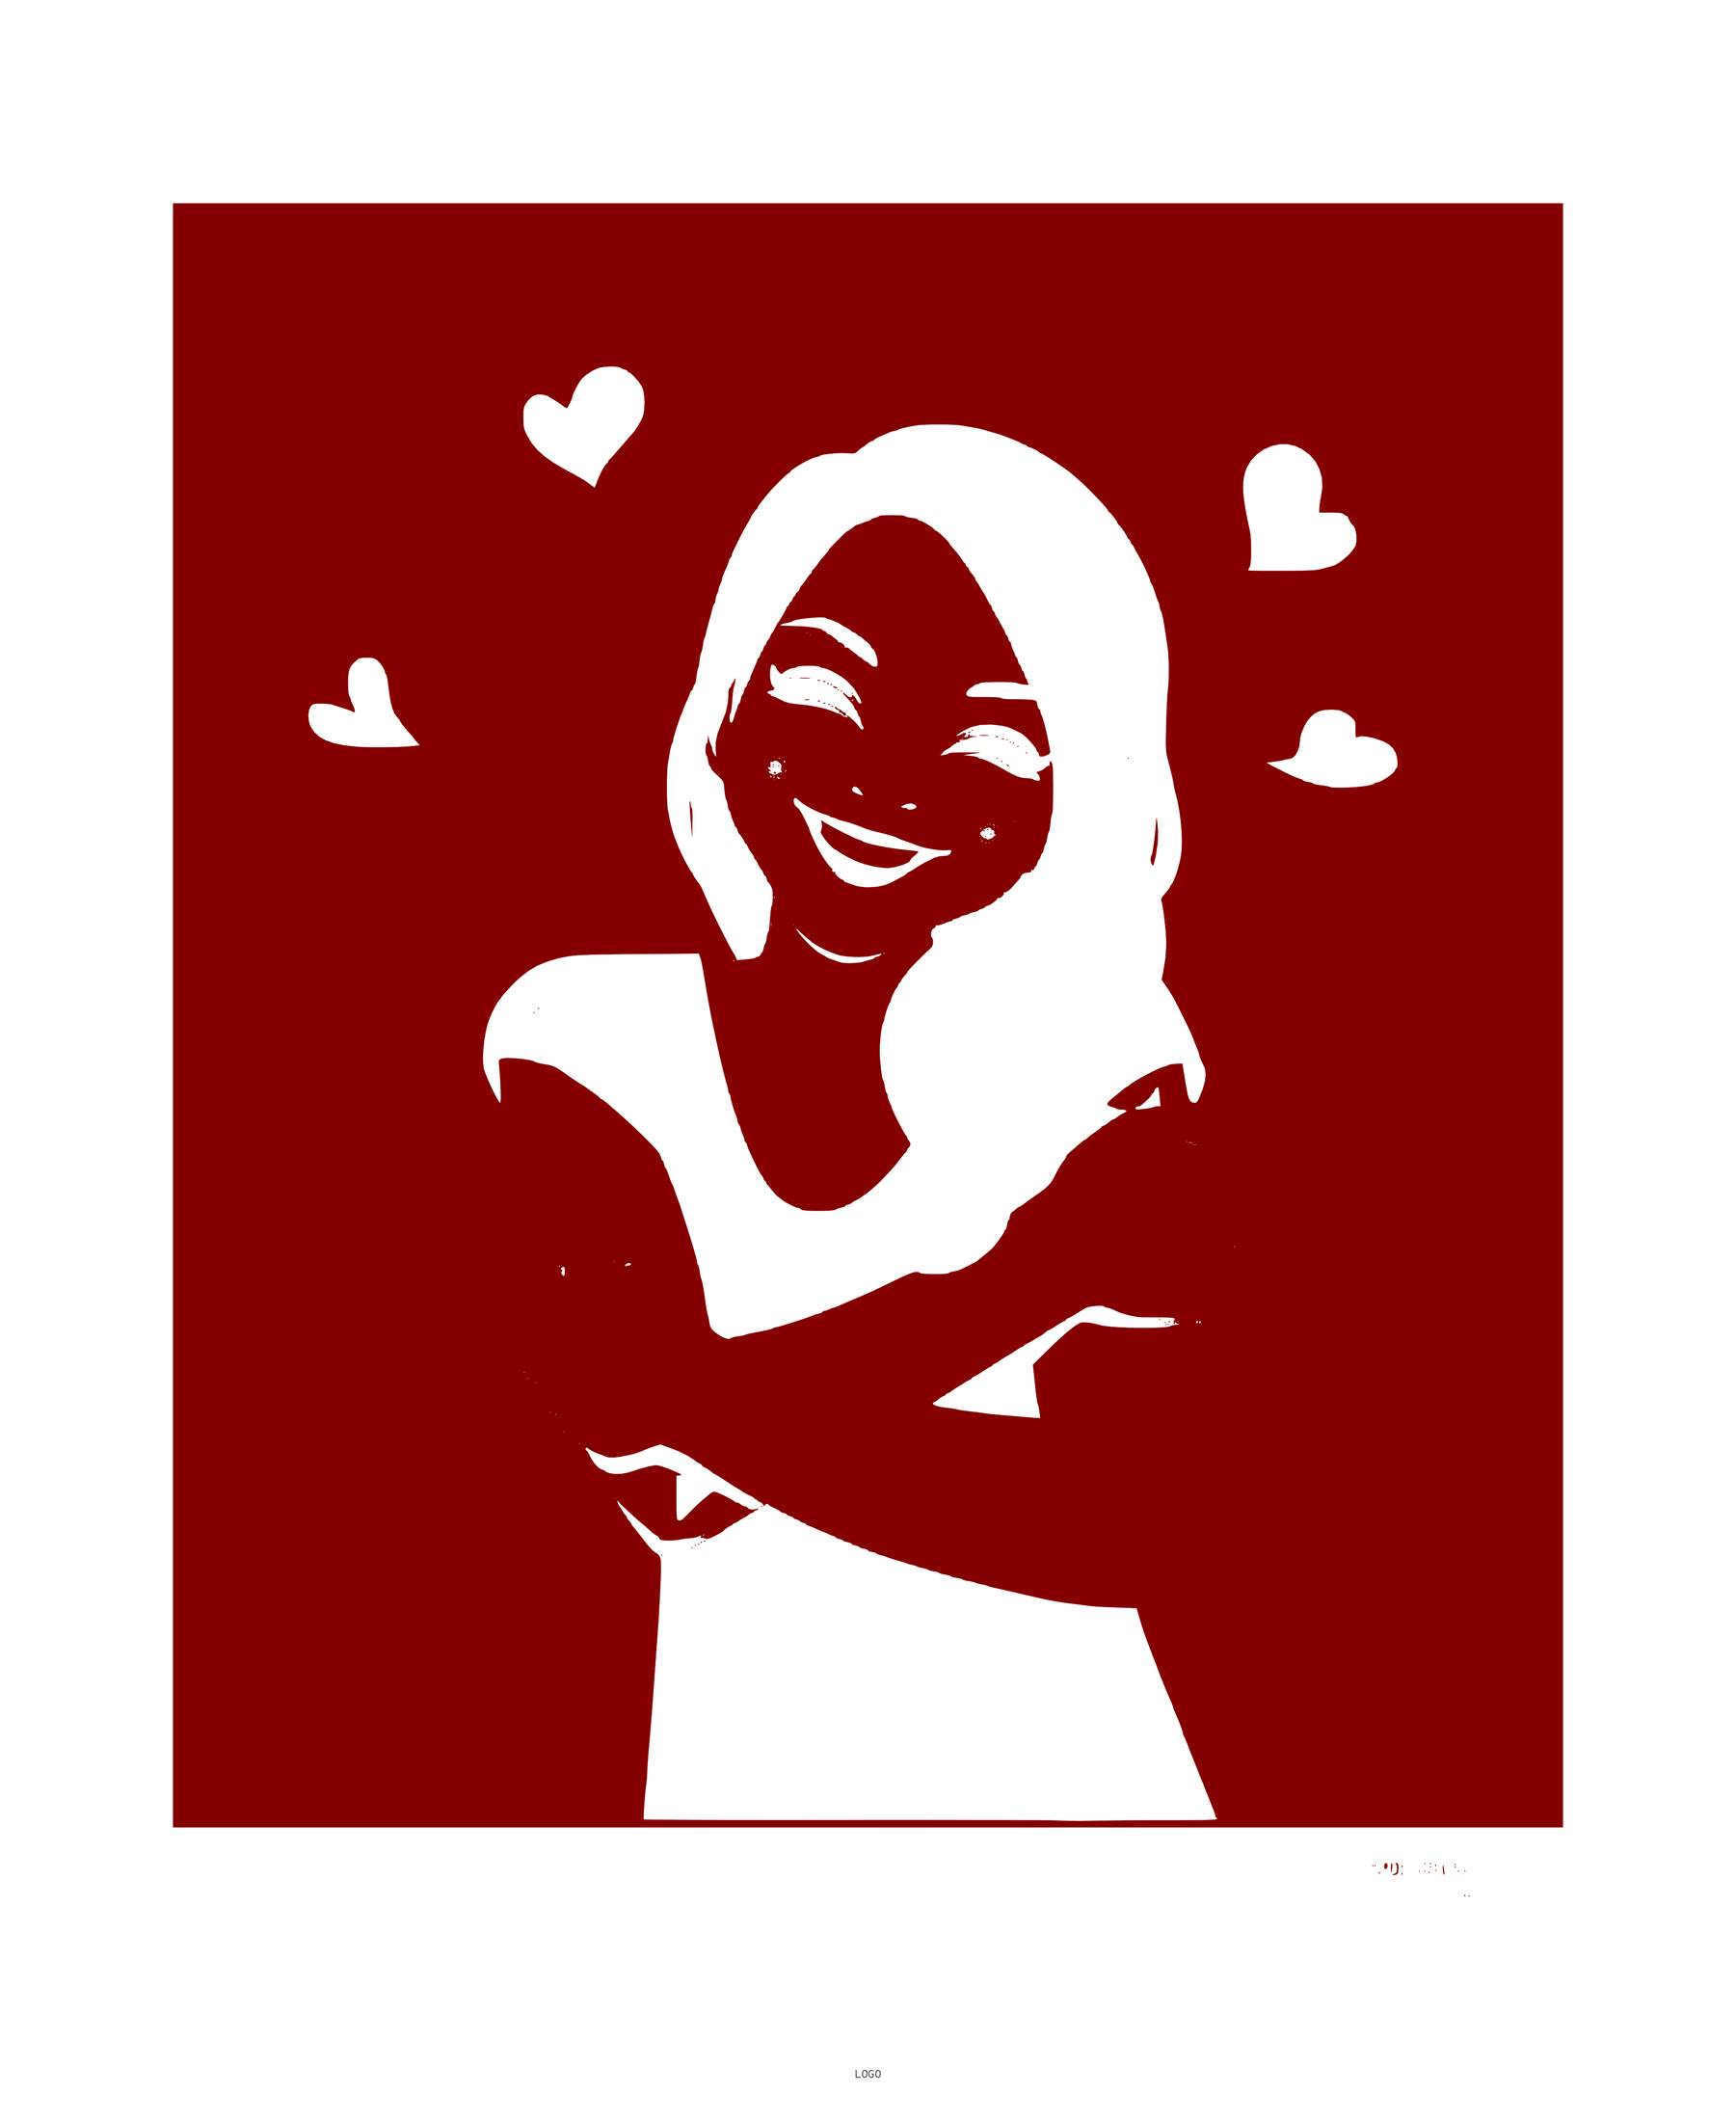
<source format=kicad_sym>
(kicad_symbol_lib
  (version 20220914)
  (generator bitmap2component)
  (symbol "LOGO"
    (pin_names
      (offset 1.016))
    (property "Reference" "#G"
      (at 0 100.965 0)
      (effects (font (size 1.27 1.27)) hide))
    (symbol "LOGO_0_0"
      (polyline (pts (xy 70.077 -96.967) (xy 70.062 -96.816) (xy 70.023 -96.796) (xy 69.977 -96.901) (xy 69.986 -96.968) (xy 70.062 -96.986) (xy 70.077 -96.967)) (stroke (width 0.01) (type default)) (fill (type outline)))
      (polyline (pts (xy 70.612 -96.965) (xy 70.549 -96.901) (xy 70.485 -96.965) (xy 70.549 -97.028) (xy 70.612 -96.965)) (stroke (width 0.01) (type default)) (fill (type outline)))
      (polyline (pts (xy 62.053 -94.395) (xy 62.192 -94.154) (xy 62.23 -93.712) (xy 62.23 -93.682) (xy 62.211 -93.315) (xy 62.144 -93.138) (xy 62.008 -93.093) (xy 61.871 -93.115) (xy 61.953 -93.201) (xy 62.065 -93.408) (xy 62.08 -93.797) (xy 62.048 -94.036) (xy 61.942 -94.263) (xy 61.722 -94.375) (xy 61.558 -94.441) (xy 61.616 -94.475) (xy 61.78 -94.477) (xy 62.053 -94.395)) (stroke (width 0.01) (type default)) (fill (type outline)))
      (polyline (pts (xy 62.711 -94.427) (xy 62.696 -94.276) (xy 62.657 -94.256) (xy 62.611 -94.361) (xy 62.62 -94.428) (xy 62.696 -94.446) (xy 62.711 -94.427)) (stroke (width 0.01) (type default)) (fill (type outline)))
      (polyline (pts (xy 67.618 -94.241) (xy 67.562 -93.79) (xy 67.526 -93.546) (xy 67.488 -93.348) (xy 67.467 -93.377) (xy 67.454 -93.62) (xy 67.453 -93.663) (xy 67.467 -94.03) (xy 67.516 -94.293) (xy 67.566 -94.409) (xy 67.62 -94.447) (xy 67.618 -94.241)) (stroke (width 0.01) (type default)) (fill (type outline)))
      (polyline (pts (xy 60.044 -94.3) (xy 60.029 -94.149) (xy 59.99 -94.129) (xy 59.944 -94.234) (xy 59.953 -94.301) (xy 60.029 -94.319) (xy 60.044 -94.3)) (stroke (width 0.01) (type default)) (fill (type outline)))
      (polyline (pts (xy 61.446 -93.983) (xy 61.497 -93.567) (xy 61.504 -93.478) (xy 61.496 -93.202) (xy 61.442 -93.091) (xy 61.409 -93.125) (xy 61.364 -93.343) (xy 61.351 -93.694) (xy 61.352 -93.752) (xy 61.37 -94.078) (xy 61.403 -94.154) (xy 61.446 -93.983)) (stroke (width 0.01) (type default)) (fill (type outline)))
      (polyline (pts (xy 65.913 -94.171) (xy 65.85 -94.107) (xy 65.786 -94.171) (xy 65.85 -94.234) (xy 65.913 -94.171)) (stroke (width 0.01) (type default)) (fill (type outline)))
      (polyline (pts (xy 64.77 -94.043) (xy 64.707 -93.98) (xy 64.643 -94.043) (xy 64.707 -94.107) (xy 64.77 -94.043)) (stroke (width 0.01) (type default)) (fill (type outline)))
      (polyline (pts (xy 65.405 -94.043) (xy 65.341 -93.98) (xy 65.278 -94.043) (xy 65.341 -94.107) (xy 65.405 -94.043)) (stroke (width 0.01) (type default)) (fill (type outline)))
      (polyline (pts (xy 69.342 -94.043) (xy 69.278 -93.98) (xy 69.215 -94.043) (xy 69.278 -94.107) (xy 69.342 -94.043)) (stroke (width 0.01) (type default)) (fill (type outline)))
      (polyline (pts (xy 70.104 -94.043) (xy 70.04 -93.98) (xy 69.977 -94.043) (xy 70.04 -94.107) (xy 70.104 -94.043)) (stroke (width 0.01) (type default)) (fill (type outline)))
      (polyline (pts (xy 66.675 -93.916) (xy 66.612 -93.853) (xy 66.548 -93.916) (xy 66.612 -93.98) (xy 66.675 -93.916)) (stroke (width 0.01) (type default)) (fill (type outline)))
      (polyline (pts (xy 60.889 -93.658) (xy 60.96 -93.395) (xy 60.923 -93.201) (xy 60.77 -93.091) (xy 60.636 -93.168) (xy 60.579 -93.468) (xy 60.581 -93.552) (xy 60.631 -93.76) (xy 60.77 -93.772) (xy 60.889 -93.658)) (stroke (width 0.01) (type default)) (fill (type outline)))
      (polyline (pts (xy 62.711 -93.538) (xy 62.696 -93.387) (xy 62.657 -93.367) (xy 62.611 -93.472) (xy 62.62 -93.539) (xy 62.696 -93.557) (xy 62.711 -93.538)) (stroke (width 0.01) (type default)) (fill (type outline)))
      (polyline (pts (xy 66.04 -93.535) (xy 65.977 -93.472) (xy 65.913 -93.535) (xy 65.977 -93.599) (xy 66.04 -93.535)) (stroke (width 0.01) (type default)) (fill (type outline)))
      (polyline (pts (xy 68.961 -93.535) (xy 68.897 -93.472) (xy 68.834 -93.535) (xy 68.897 -93.599) (xy 68.961 -93.535)) (stroke (width 0.01) (type default)) (fill (type outline)))
      (polyline (pts (xy 59.309 -93.409) (xy 59.245 -93.345) (xy 59.182 -93.409) (xy 59.245 -93.472) (xy 59.309 -93.409)) (stroke (width 0.01) (type default)) (fill (type outline)))
      (polyline (pts (xy 59.563 -93.409) (xy 59.499 -93.345) (xy 59.436 -93.409) (xy 59.499 -93.472) (xy 59.563 -93.409)) (stroke (width 0.01) (type default)) (fill (type outline)))
      (polyline (pts (xy 66.648 -93.411) (xy 66.633 -93.26) (xy 66.594 -93.24) (xy 66.548 -93.345) (xy 66.557 -93.412) (xy 66.633 -93.43) (xy 66.648 -93.411)) (stroke (width 0.01) (type default)) (fill (type outline)))
      (polyline (pts (xy 68.961 -93.281) (xy 68.897 -93.218) (xy 68.834 -93.281) (xy 68.897 -93.345) (xy 68.961 -93.281)) (stroke (width 0.01) (type default)) (fill (type outline)))
      (polyline (pts (xy 65.405 -93.154) (xy 65.341 -93.091) (xy 65.278 -93.154) (xy 65.341 -93.218) (xy 65.405 -93.154)) (stroke (width 0.01) (type default)) (fill (type outline)))
      (polyline (pts (xy 66.04 -93.154) (xy 65.977 -93.091) (xy 65.913 -93.154) (xy 65.977 -93.218) (xy 66.04 -93.154)) (stroke (width 0.01) (type default)) (fill (type outline)))
      (polyline (pts (xy 81.534 6.35) (xy 81.534 101.6) (xy 0 101.6) (xy -81.534 101.6) (xy -81.534 76.454) (xy -40.443 76.454) (xy -40.441 76.891) (xy -40.421 77.338) (xy -40.367 77.655) (xy -40.266 77.915) (xy -40.104 78.189) (xy -39.733 78.675) (xy -39.297 79.019) (xy -38.779 79.197) (xy -38.71 79.206) (xy -38.345 79.196) (xy -37.926 79.123) (xy -37.556 79.01) (xy -37.338 78.88) (xy -37.317 78.861) (xy -37.128 78.733) (xy -36.83 78.561) (xy -36.743 78.511) (xy -36.326 78.247) (xy -35.923 77.957) (xy -35.782 77.852) (xy -35.506 77.669) (xy -35.343 77.597) (xy -35.309 77.616) (xy -35.18 77.796) (xy -35.014 78.104) (xy -34.848 78.46) (xy -34.722 78.785) (xy -34.671 79.002) (xy -34.63 79.173) (xy -34.481 79.522) (xy -34.261 79.957) (xy -34.007 80.406) (xy -33.758 80.8) (xy -33.551 81.069) (xy -33.127 81.456) (xy -32.389 81.954) (xy -31.623 82.299) (xy -31.305 82.376) (xy -30.8 82.442) (xy -30.249 82.473) (xy -29.727 82.466) (xy -29.306 82.421) (xy -29.062 82.338) (xy -28.865 82.23) (xy -28.543 82.121) (xy -28.303 82.029) (xy -28.194 81.913) (xy -28.185 81.87) (xy -28.041 81.788) (xy -27.948 81.755) (xy -27.699 81.563) (xy -27.383 81.248) (xy -27.047 80.862) (xy -26.741 80.461) (xy -26.512 80.097) (xy -26.352 79.639) (xy -26.25 78.999) (xy -26.211 78.273) (xy -26.238 77.542) (xy -26.331 76.888) (xy -26.49 76.391) (xy -26.544 76.282) (xy -26.826 75.77) (xy -27.14 75.257) (xy -27.438 74.821) (xy -27.671 74.535) (xy -27.691 74.516) (xy -27.925 74.266) (xy -28.193 73.964) (xy -28.248 73.9) (xy -28.89 73.155) (xy -29.388 72.581) (xy -29.76 72.156) (xy -30.025 71.858) (xy -30.203 71.668) (xy -30.311 71.563) (xy -30.37 71.522) (xy -30.415 71.49) (xy -30.48 71.3) (xy -30.491 71.222) (xy -30.595 71.12) (xy -30.671 71.069) (xy -30.848 70.851) (xy -31.062 70.519) (xy -31.255 70.16) (xy -31.514 69.615) (xy -31.741 69.075) (xy -32.068 68.233) (xy -32.703 68.704) (xy -32.847 68.81) (xy -33.114 68.996) (xy -33.406 69.184) (xy -33.763 69.398) (xy -34.225 69.66) (xy -34.832 69.995) (xy -35.623 70.425) (xy -36.882 71.162) (xy -37.945 71.913) (xy -38.802 72.682) (xy -39.48 73.491) (xy -40.001 74.361) (xy -40.172 74.717) (xy -40.318 75.085) (xy -40.399 75.437) (xy -40.435 75.864) (xy -40.443 76.454) (xy -81.534 76.454) (xy -81.534 41.623) (xy -65.668 41.623) (xy -65.587 42.178) (xy -65.396 42.591) (xy -65.325 42.678) (xy -65.171 42.813) (xy -64.966 42.888) (xy -64.642 42.919) (xy -64.132 42.926) (xy -64.051 42.926) (xy -63.537 42.907) (xy -63.104 42.865) (xy -62.839 42.809) (xy -62.816 42.8) (xy -62.528 42.7) (xy -62.093 42.558) (xy -61.595 42.404) (xy -61.498 42.374) (xy -61.043 42.226) (xy -60.695 42.097) (xy -60.522 42.013) (xy -60.421 41.939) (xy -60.259 41.91) (xy -60.207 42.062) (xy -60.271 42.359) (xy -60.452 42.766) (xy -60.506 42.871) (xy -60.649 43.206) (xy -60.706 43.438) (xy -60.721 43.541) (xy -60.856 43.787) (xy -60.88 43.822) (xy -60.95 44.1) (xy -60.996 44.602) (xy -61.015 45.305) (xy -61.006 45.93) (xy -60.944 46.571) (xy -60.81 47.058) (xy -60.588 47.443) (xy -60.261 47.781) (xy -60.065 47.951) (xy -59.82 48.162) (xy -59.674 48.23) (xy -59.302 48.298) (xy -58.801 48.324) (xy -58.645 48.322) (xy -58.188 48.291) (xy -57.869 48.202) (xy -57.599 48.032) (xy -57.57 48.009) (xy -57.251 47.685) (xy -56.954 47.285) (xy -56.734 46.892) (xy -56.646 46.588) (xy -56.63 46.48) (xy -56.527 46.334) (xy -56.493 46.283) (xy -56.424 46.027) (xy -56.349 45.609) (xy -56.282 45.085) (xy -56.28 45.073) (xy -56.138 43.946) (xy -55.977 43.045) (xy -55.793 42.345) (xy -55.576 41.82) (xy -55.321 41.441) (xy -55.172 41.27) (xy -54.954 40.995) (xy -54.852 40.811) (xy -54.818 40.747) (xy -54.641 40.49) (xy -54.361 40.132) (xy -54.028 39.733) (xy -53.689 39.355) (xy -53.613 39.272) (xy -53.418 39.045) (xy -53.34 38.929) (xy -53.324 38.896) (xy -53.186 38.72) (xy -52.955 38.457) (xy -52.57 38.036) (xy -53.304 37.951) (xy -53.401 37.94) (xy -54.128 37.882) (xy -55.032 37.837) (xy -56.046 37.807) (xy -57.104 37.792) (xy -58.14 37.795) (xy -59.088 37.815) (xy -59.88 37.854) (xy -60.091 37.87) (xy -61.476 38.026) (xy -62.637 38.266) (xy -63.592 38.594) (xy -64.358 39.021) (xy -64.953 39.551) (xy -65.393 40.194) (xy -65.497 40.432) (xy -65.638 41.012) (xy -65.668 41.623) (xy -81.534 41.623) (xy -81.534 6.35) (xy -81.534 1.573) (xy -45.18 1.573) (xy -45.132 2.472) (xy -45.027 3.421) (xy -44.87 4.363) (xy -44.664 5.243) (xy -44.585 5.501) (xy -44.369 6.084) (xy -44.099 6.705) (xy -43.81 7.294) (xy -43.535 7.782) (xy -43.306 8.1) (xy -43.13 8.306) (xy -43.053 8.434) (xy -43.052 8.44) (xy -42.954 8.583) (xy -42.725 8.857) (xy -42.407 9.215) (xy -42.042 9.611) (xy -41.672 9.999) (xy -41.339 10.333) (xy -40.908 10.732) (xy -39.881 11.551) (xy -38.851 12.167) (xy -37.769 12.612) (xy -37.565 12.679) (xy -36.967 12.871) (xy -36.501 13.008) (xy -36.082 13.111) (xy -35.627 13.201) (xy -35.052 13.3) (xy -34.86 13.329) (xy -34.495 13.371) (xy -34.048 13.408) (xy -33.5 13.439) (xy -32.827 13.465) (xy -32.009 13.488) (xy -31.023 13.507) (xy -29.848 13.524) (xy -28.462 13.539) (xy -26.844 13.553) (xy -19.843 13.606) (xy -19.69 13.185) (xy -19.655 13.083) (xy -19.593 12.879) (xy -19.57 12.785) (xy -15.833 12.785) (xy -15.814 12.8) (xy -15.663 12.785) (xy -15.643 12.746) (xy -15.748 12.7) (xy -15.815 12.709) (xy -15.833 12.785) (xy -19.57 12.785) (xy -19.531 12.623) (xy -19.46 12.276) (xy -19.372 11.798) (xy -19.261 11.148) (xy -19.117 10.287) (xy -19.079 10.061) (xy -18.899 9) (xy -18.727 8.028) (xy -18.553 7.089) (xy -18.365 6.127) (xy -18.152 5.085) (xy -17.903 3.908) (xy -17.608 2.54) (xy -17.601 2.507) (xy -17.428 1.736) (xy -17.237 0.913) (xy -17.041 0.099) (xy -16.855 -0.648) (xy -16.694 -1.267) (xy -16.572 -1.697) (xy -16.511 -1.91) (xy -16.419 -2.293) (xy -16.383 -2.547) (xy -16.365 -2.677) (xy -16.256 -2.857) (xy -16.193 -2.927) (xy -16.129 -3.161) (xy -16.102 -3.349) (xy -16.014 -3.728) (xy -15.885 -4.198) (xy -15.741 -4.679) (xy -15.603 -5.09) (xy -15.495 -5.35) (xy -15.486 -5.369) (xy -15.386 -5.65) (xy -15.298 -6.017) (xy -15.283 -6.091) (xy -15.198 -6.366) (xy -15.113 -6.477) (xy -15.1 -6.481) (xy -15.011 -6.625) (xy -14.932 -6.916) (xy -14.822 -7.322) (xy -14.665 -7.71) (xy -14.537 -8.017) (xy -14.479 -8.287) (xy -14.461 -8.404) (xy -14.365 -8.509) (xy -14.264 -8.606) (xy -14.17 -8.858) (xy -14.167 -8.869) (xy -14.114 -9.067) (xy -14.038 -9.288) (xy -13.92 -9.571) (xy -13.743 -9.957) (xy -13.489 -10.489) (xy -13.139 -11.208) (xy -12.93 -11.623) (xy -12.702 -12.049) (xy -12.53 -12.339) (xy -12.44 -12.446) (xy -12.358 -12.526) (xy -12.267 -12.764) (xy -12.183 -12.973) (xy -12.063 -13.081) (xy -12.007 -13.1) (xy -11.938 -13.265) (xy -11.924 -13.349) (xy -11.776 -13.551) (xy -11.613 -13.704) (xy -11.411 -13.97) (xy -11.373 -14.027) (xy -10.809 -14.698) (xy -10.033 -15.322) (xy -9.768 -15.494) (xy -9.273 -15.777) (xy -8.78 -16.021) (xy -8.36 -16.192) (xy -8.082 -16.256) (xy -7.998 -16.271) (xy -7.842 -16.415) (xy -7.826 -16.434) (xy -7.623 -16.492) (xy -7.235 -16.536) (xy -6.714 -16.566) (xy -6.115 -16.58) (xy -5.49 -16.58) (xy -4.893 -16.564) (xy -4.376 -16.534) (xy -3.993 -16.488) (xy -3.798 -16.426) (xy -3.772 -16.407) (xy -3.505 -16.286) (xy -3.143 -16.19) (xy -3.055 -16.171) (xy -2.778 -16.085) (xy -2.667 -15.998) (xy -2.667 -15.996) (xy -2.553 -15.899) (xy -2.286 -15.812) (xy -2.278 -15.81) (xy -2.014 -15.725) (xy -1.905 -15.639) (xy -1.803 -15.532) (xy -1.556 -15.399) (xy -1.192 -15.222) (xy -0.846 -15.016) (xy -0.635 -14.848) (xy -0.57 -14.792) (xy -0.359 -14.658) (xy -0.206 -14.557) (xy 0.136 -14.287) (xy 0.566 -13.919) (xy 1.029 -13.501) (xy 1.469 -13.082) (xy 1.832 -12.711) (xy 2.051 -12.475) (xy 2.41 -12.09) (xy 2.698 -11.786) (xy 2.737 -11.745) (xy 3.004 -11.437) (xy 3.346 -11.019) (xy 3.698 -10.569) (xy 3.808 -10.427) (xy 4.106 -10.056) (xy 4.338 -9.788) (xy 4.461 -9.673) (xy 4.498 -9.649) (xy 4.572 -9.471) (xy 4.631 -9.314) (xy 4.817 -9.088) (xy 4.947 -8.926) (xy 4.968 -8.62) (xy 4.738 -8.278) (xy 4.655 -8.17) (xy 4.572 -7.928) (xy 4.561 -7.849) (xy 4.459 -7.747) (xy 4.387 -7.665) (xy 4.224 -7.399) (xy 3.999 -6.997) (xy 3.738 -6.509) (xy 3.467 -5.983) (xy 3.211 -5.471) (xy 2.996 -5.02) (xy 2.847 -4.682) (xy 2.79 -4.505) (xy 2.78 -4.455) (xy 2.691 -4.21) (xy 2.54 -3.873) (xy 2.485 -3.752) (xy 2.347 -3.374) (xy 2.29 -3.087) (xy 2.265 -2.908) (xy 2.171 -2.738) (xy 2.121 -2.662) (xy 2.036 -2.388) (xy 1.965 -2) (xy 1.923 -1.744) (xy 1.843 -1.42) (xy 1.766 -1.265) (xy 1.754 -1.252) (xy 1.687 -1.052) (xy 1.613 -0.663) (xy 1.539 -0.14) (xy 1.471 0.465) (xy 1.415 1.096) (xy 1.379 1.7) (xy 1.367 2.223) (xy 1.371 2.489) (xy 1.403 3.117) (xy 1.458 3.77) (xy 1.529 4.39) (xy 1.611 4.924) (xy 1.694 5.315) (xy 1.774 5.508) (xy 1.843 5.615) (xy 1.905 5.89) (xy 1.905 5.907) (xy 1.951 6.174) (xy 2.055 6.562) (xy 2.193 6.997) (xy 2.341 7.406) (xy 2.473 7.716) (xy 2.565 7.853) (xy 2.608 7.888) (xy 2.667 8.082) (xy 2.7 8.253) (xy 2.828 8.607) (xy 3.013 9.015) (xy 3.211 9.384) (xy 3.379 9.62) (xy 3.472 9.741) (xy 3.556 9.979) (xy 3.568 10.058) (xy 3.674 10.16) (xy 3.766 10.218) (xy 3.88 10.434) (xy 4.025 10.702) (xy 4.269 10.988) (xy 4.283 11.001) (xy 4.488 11.221) (xy 4.572 11.367) (xy 4.583 11.404) (xy 4.714 11.596) (xy 4.944 11.861) (xy 5.102 12.028) (xy 5.69 12.636) (xy 6.263 13.211) (xy 6.769 13.701) (xy 7.155 14.055) (xy 7.449 14.345) (xy 7.587 14.616) (xy 7.62 14.975) (xy 7.616 15.099) (xy 7.569 15.381) (xy 7.485 15.494) (xy 7.465 15.499) (xy 7.396 15.652) (xy 7.39 15.97) (xy 7.398 16.053) (xy 7.498 16.391) (xy 7.717 16.573) (xy 7.891 16.691) (xy 7.949 16.844) (xy 7.955 16.921) (xy 8.121 16.93) (xy 8.227 16.925) (xy 8.547 16.991) (xy 8.93 17.134) (xy 9.13 17.221) (xy 9.482 17.349) (xy 9.709 17.399) (xy 9.803 17.414) (xy 9.906 17.52) (xy 9.91 17.538) (xy 10.057 17.64) (xy 10.351 17.725) (xy 10.411 17.737) (xy 10.684 17.822) (xy 10.795 17.91) (xy 10.808 17.935) (xy 10.985 18.021) (xy 11.302 18.097) (xy 11.409 18.118) (xy 11.718 18.202) (xy 11.874 18.288) (xy 11.899 18.312) (xy 12.111 18.401) (xy 12.447 18.479) (xy 12.562 18.501) (xy 12.842 18.585) (xy 12.954 18.67) (xy 12.954 18.672) (xy 13.068 18.771) (xy 13.335 18.86) (xy 13.343 18.861) (xy 13.607 18.95) (xy 13.716 19.046) (xy 13.804 19.138) (xy 14.049 19.233) (xy 14.299 19.322) (xy 14.541 19.469) (xy 14.691 19.598) (xy 14.964 19.803) (xy 15.121 19.949) (xy 15.163 20.088) (xy 15.158 20.131) (xy 15.287 20.118) (xy 15.306 20.112) (xy 15.52 20.158) (xy 15.749 20.326) (xy 15.91 20.541) (xy 15.924 20.725) (xy 15.896 20.785) (xy 15.967 20.786) (xy 15.973 20.783) (xy 16.159 20.811) (xy 16.44 20.973) (xy 16.745 21.22) (xy 17.001 21.502) (xy 17.032 21.543) (xy 17.259 21.811) (xy 17.541 22.113) (xy 17.622 22.199) (xy 17.825 22.447) (xy 17.907 22.601) (xy 17.911 22.643) (xy 18.06 22.872) (xy 18.369 23.045) (xy 18.755 23.114) (xy 18.915 23.119) (xy 19.119 23.171) (xy 19.134 23.298) (xy 19.119 23.409) (xy 19.255 23.409) (xy 19.39 23.408) (xy 19.517 23.606) (xy 19.581 23.77) (xy 19.69 23.876) (xy 19.692 23.876) (xy 19.788 23.991) (xy 19.875 24.257) (xy 19.877 24.265) (xy 19.967 24.529) (xy 20.066 24.638) (xy 20.068 24.638) (xy 20.167 24.753) (xy 20.256 25.019) (xy 20.258 25.027) (xy 20.348 25.291) (xy 20.446 25.4) (xy 20.472 25.413) (xy 20.56 25.59) (xy 20.637 25.907) (xy 20.657 26.015) (xy 20.742 26.323) (xy 20.827 26.479) (xy 20.869 26.542) (xy 20.949 26.801) (xy 21.018 27.178) (xy 21.056 27.404) (xy 21.135 27.724) (xy 21.212 27.879) (xy 21.227 27.896) (xy 21.29 28.102) (xy 21.354 28.479) (xy 21.408 28.961) (xy 21.42 29.096) (xy 21.479 29.557) (xy 21.545 29.895) (xy 21.607 30.046) (xy 21.622 30.082) (xy 21.652 30.329) (xy 21.678 30.776) (xy 21.699 31.385) (xy 21.712 32.118) (xy 21.717 32.94) (xy 21.717 33.297) (xy 21.711 34.177) (xy 21.698 34.845) (xy 21.676 35.331) (xy 21.641 35.667) (xy 21.594 35.884) (xy 21.53 36.012) (xy 21.422 36.15) (xy 21.35 36.181) (xy 21.325 36.005) (xy 21.317 35.85) (xy 21.324 35.646) (xy 21.321 35.611) (xy 21.213 35.621) (xy 21.195 35.628) (xy 21.016 35.573) (xy 20.782 35.377) (xy 20.458 35.126) (xy 20.097 34.976) (xy 20.095 34.975) (xy 19.838 34.912) (xy 19.801 34.828) (xy 19.952 34.658) (xy 20.105 34.437) (xy 20.193 34.121) (xy 20.181 33.974) (xy 20.08 33.87) (xy 19.81 33.882) (xy 19.522 33.954) (xy 19.358 34.051) (xy 19.298 34.089) (xy 19.04 34.142) (xy 18.664 34.163) (xy 18.565 34.164) (xy 18.044 34.226) (xy 17.49 34.391) (xy 16.848 34.681) (xy 16.066 35.114) (xy 16.02 35.141) (xy 15.273 35.561) (xy 14.58 35.922) (xy 13.982 36.202) (xy 13.519 36.384) (xy 13.23 36.449) (xy 13.061 36.474) (xy 12.954 36.568) (xy 12.952 36.577) (xy 12.807 36.648) (xy 12.479 36.723) (xy 12.033 36.785) (xy 11.113 36.882) (xy 12.129 37.029) (xy 13.145 37.175) (xy 11.345 37.193) (xy 11.102 37.195) (xy 10.485 37.188) (xy 9.982 37.17) (xy 9.639 37.14) (xy 9.504 37.102) (xy 9.487 37.08) (xy 9.295 36.986) (xy 8.973 36.904) (xy 8.485 36.814) (xy 8.719 37.136) (xy 8.949 37.381) (xy 9.201 37.542) (xy 9.353 37.606) (xy 9.61 37.768) (xy 9.642 37.796) (xy 9.957 38.062) (xy 10.153 38.192) (xy 10.289 38.227) (xy 10.334 38.235) (xy 10.358 38.342) (xy 10.369 38.399) (xy 10.541 38.391) (xy 10.549 38.389) (xy 10.743 38.407) (xy 10.799 38.518) (xy 10.668 38.629) (xy 10.66 38.644) (xy 10.81 38.669) (xy 11.125 38.684) (xy 11.299 38.694) (xy 11.625 38.748) (xy 11.793 38.832) (xy 11.803 38.846) (xy 11.999 38.95) (xy 12.32 39.022) (xy 12.764 39.075) (xy 12.28 39.096) (xy 12.188 39.101) (xy 11.919 39.155) (xy 11.887 39.263) (xy 11.918 39.334) (xy 11.829 39.317) (xy 11.773 39.268) (xy 11.753 39.107) (xy 11.711 39.026) (xy 11.492 38.989) (xy 11.303 38.995) (xy 11.239 39.05) (xy 11.38 39.211) (xy 11.495 39.331) (xy 11.528 39.43) (xy 11.373 39.478) (xy 11.239 39.481) (xy 11.063 39.393) (xy 10.898 39.277) (xy 10.603 39.175) (xy 10.424 39.136) (xy 10.342 39.143) (xy 10.44 39.241) (xy 10.732 39.458) (xy 11.003 39.644) (xy 12.029 40.157) (xy 13.15 40.434) (xy 14.363 40.475) (xy 14.873 40.439) (xy 15.651 40.347) (xy 16.285 40.21) (xy 16.844 40.011) (xy 17.399 39.731) (xy 17.586 39.635) (xy 17.898 39.491) (xy 17.939 39.471) (xy 18.232 39.265) (xy 18.602 38.935) (xy 18.994 38.538) (xy 19.354 38.132) (xy 19.628 37.774) (xy 19.762 37.521) (xy 19.84 37.319) (xy 19.953 37.211) (xy 20.018 37.163) (xy 20.066 36.957) (xy 20.075 36.877) (xy 20.227 36.723) (xy 20.547 36.729) (xy 21.01 36.898) (xy 21.146 36.965) (xy 21.326 37.098) (xy 21.371 37.287) (xy 21.321 37.628) (xy 21.2 38.256) (xy 20.965 39.391) (xy 20.747 40.317) (xy 20.551 41.02) (xy 20.379 41.485) (xy 20.369 41.505) (xy 20.244 41.837) (xy 20.193 42.088) (xy 20.177 42.187) (xy 20.067 42.291) (xy 20.04 42.302) (xy 19.941 42.472) (xy 19.863 42.785) (xy 19.858 42.814) (xy 19.78 43.127) (xy 19.628 43.278) (xy 19.322 43.355) (xy 19.319 43.355) (xy 19.01 43.385) (xy 18.515 43.409) (xy 17.903 43.426) (xy 17.24 43.433) (xy 16.641 43.44) (xy 16.092 43.465) (xy 15.743 43.506) (xy 15.621 43.561) (xy 15.617 43.571) (xy 15.45 43.62) (xy 15.053 43.657) (xy 14.449 43.68) (xy 13.657 43.688) (xy 13.517 43.688) (xy 12.803 43.691) (xy 12.298 43.703) (xy 11.96 43.728) (xy 11.752 43.771) (xy 11.634 43.836) (xy 11.565 43.927) (xy 11.532 44) (xy 11.536 44.221) (xy 11.723 44.498) (xy 11.751 44.53) (xy 11.967 44.744) (xy 12.11 44.831) (xy 12.203 44.867) (xy 12.401 45.022) (xy 12.544 45.126) (xy 12.829 45.212) (xy 12.965 45.231) (xy 13.145 45.339) (xy 13.22 45.37) (xy 13.51 45.408) (xy 13.966 45.437) (xy 14.538 45.456) (xy 15.173 45.465) (xy 15.818 45.464) (xy 16.423 45.453) (xy 16.934 45.431) (xy 17.3 45.399) (xy 17.469 45.355) (xy 17.568 45.307) (xy 17.872 45.23) (xy 18.278 45.168) (xy 18.329 45.163) (xy 18.695 45.136) (xy 18.848 45.16) (xy 18.818 45.241) (xy 18.747 45.339) (xy 18.669 45.618) (xy 18.651 45.742) (xy 18.556 45.847) (xy 18.54 45.851) (xy 18.443 45.998) (xy 18.36 46.291) (xy 18.347 46.352) (xy 18.259 46.625) (xy 18.165 46.736) (xy 18.163 46.736) (xy 18.061 46.85) (xy 17.971 47.117) (xy 17.969 47.125) (xy 17.877 47.389) (xy 17.776 47.498) (xy 17.76 47.502) (xy 17.664 47.65) (xy 17.581 47.943) (xy 17.569 48.003) (xy 17.48 48.276) (xy 17.385 48.387) (xy 17.343 48.398) (xy 17.268 48.546) (xy 17.259 48.603) (xy 17.17 48.867) (xy 17.018 49.212) (xy 16.959 49.34) (xy 16.824 49.694) (xy 16.768 49.943) (xy 16.748 50.06) (xy 16.647 50.165) (xy 16.645 50.165) (xy 16.539 50.279) (xy 16.447 50.546) (xy 16.445 50.554) (xy 16.356 50.818) (xy 16.26 50.927) (xy 16.164 51.023) (xy 16.069 51.275) (xy 15.987 51.528) (xy 15.897 51.688) (xy 15.835 51.768) (xy 15.683 52.025) (xy 15.494 52.385) (xy 15.361 52.638) (xy 15.162 52.983) (xy 15.018 53.188) (xy 14.94 53.295) (xy 14.859 53.54) (xy 14.847 53.619) (xy 14.742 53.721) (xy 14.74 53.721) (xy 14.634 53.835) (xy 14.541 54.102) (xy 14.54 54.11) (xy 14.456 54.374) (xy 14.371 54.483) (xy 14.302 54.549) (xy 14.153 54.791) (xy 13.971 55.15) (xy 13.831 55.435) (xy 13.651 55.768) (xy 13.528 55.953) (xy 13.491 55.999) (xy 13.331 56.247) (xy 13.145 56.586) (xy 13.084 56.701) (xy 12.887 57.036) (xy 12.732 57.252) (xy 12.651 57.356) (xy 12.573 57.545) (xy 12.56 57.613) (xy 12.444 57.822) (xy 12.188 58.129) (xy 11.957 58.427) (xy 11.842 58.616) (xy 11.811 58.743) (xy 11.789 58.825) (xy 11.62 58.974) (xy 11.533 59.03) (xy 11.43 59.242) (xy 11.417 59.333) (xy 11.322 59.436) (xy 11.238 59.481) (xy 11.1 59.676) (xy 11.056 59.76) (xy 10.798 60.146) (xy 10.411 60.638) (xy 9.938 61.18) (xy 9.804 61.331) (xy 9.604 61.582) (xy 9.525 61.722) (xy 9.517 61.75) (xy 9.383 61.934) (xy 9.126 62.212) (xy 8.801 62.53) (xy 8.466 62.834) (xy 8.176 63.071) (xy 7.987 63.187) (xy 7.851 63.249) (xy 7.747 63.372) (xy 7.744 63.387) (xy 7.608 63.525) (xy 7.324 63.729) (xy 6.959 63.957) (xy 6.579 64.17) (xy 6.253 64.328) (xy 6.048 64.389) (xy 5.946 64.405) (xy 5.842 64.51) (xy 5.758 64.574) (xy 5.481 64.653) (xy 5.08 64.717) (xy 4.732 64.768) (xy 4.433 64.842) (xy 4.318 64.913) (xy 4.318 64.915) (xy 4.193 64.957) (xy 3.865 64.992) (xy 3.382 65.015) (xy 2.794 65.024) (xy 2.778 65.024) (xy 2.192 65.015) (xy 1.712 64.99) (xy 1.389 64.955) (xy 1.27 64.911) (xy 1.266 64.895) (xy 1.119 64.798) (xy 0.826 64.715) (xy 0.765 64.703) (xy 0.492 64.615) (xy 0.381 64.52) (xy 0.38 64.511) (xy 0.248 64.41) (xy -0.032 64.321) (xy -0.044 64.318) (xy -0.366 64.229) (xy -0.572 64.138) (xy -0.766 64.047) (xy -1.078 63.952) (xy -1.364 63.863) (xy -1.523 63.776) (xy -1.585 63.714) (xy -1.801 63.545) (xy -2.078 63.349) (xy -2.327 63.187) (xy -2.464 63.119) (xy -2.47 63.117) (xy -2.604 63.012) (xy -2.862 62.771) (xy -3.202 62.441) (xy -3.578 62.064) (xy -3.948 61.685) (xy -4.266 61.35) (xy -4.49 61.101) (xy -4.575 60.984) (xy -4.609 60.913) (xy -4.771 60.689) (xy -5.02 60.389) (xy -5.139 60.252) (xy -5.404 59.943) (xy -5.588 59.717) (xy -5.757 59.49) (xy -5.975 59.182) (xy -6.047 59.083) (xy -6.276 58.799) (xy -6.445 58.636) (xy -6.508 58.581) (xy -6.604 58.35) (xy -6.614 58.269) (xy -6.699 58.165) (xy -6.74 58.145) (xy -6.902 57.975) (xy -7.112 57.689) (xy -7.194 57.566) (xy -7.41 57.256) (xy -7.556 57.059) (xy -7.625 56.977) (xy -7.827 56.732) (xy -7.918 56.596) (xy -8.054 56.295) (xy -8.136 56.13) (xy -8.323 55.959) (xy -8.406 55.907) (xy -8.509 55.694) (xy -8.524 55.602) (xy -8.634 55.499) (xy -8.733 55.424) (xy -8.836 55.191) (xy -8.925 54.98) (xy -9.092 54.814) (xy -9.17 54.764) (xy -9.271 54.55) (xy -9.286 54.459) (xy -9.398 54.356) (xy -9.437 54.349) (xy -9.525 54.214) (xy -9.527 54.201) (xy -9.605 54.014) (xy -9.772 53.691) (xy -9.988 53.304) (xy -10.214 52.922) (xy -10.409 52.614) (xy -10.533 52.451) (xy -10.589 52.371) (xy -10.723 52.135) (xy -10.259 52.135) (xy -10.233 52.182) (xy -10.178 52.223) (xy -9.927 52.31) (xy -9.558 52.385) (xy -9.361 52.42) (xy -9.043 52.502) (xy -8.888 52.581) (xy -8.726 52.672) (xy -8.361 52.767) (xy -7.852 52.856) (xy -7.255 52.934) (xy -6.625 52.996) (xy -6.02 53.036) (xy -5.495 53.049) (xy -5.107 53.028) (xy -4.912 52.969) (xy -4.844 52.915) (xy -4.603 52.832) (xy -4.591 52.831) (xy -4.369 52.772) (xy -4.027 52.642) (xy -3.653 52.479) (xy -3.339 52.323) (xy -3.175 52.212) (xy -3.105 52.159) (xy -2.858 52.009) (xy -2.508 51.819) (xy -2.273 51.688) (xy -2.008 51.514) (xy -1.905 51.406) (xy -1.883 51.361) (xy -1.713 51.308) (xy -1.537 51.247) (xy -1.304 51.054) (xy -1.125 50.888) (xy -0.935 50.8) (xy -0.887 50.795) (xy -0.741 50.704) (xy -0.683 50.634) (xy -0.468 50.438) (xy -0.159 50.185) (xy 0.048 50.01) (xy 0.287 49.757) (xy 0.381 49.583) (xy 0.393 49.505) (xy 0.505 49.403) (xy 0.524 49.4) (xy 0.671 49.257) (xy 0.835 48.948) (xy 0.987 48.547) (xy 1.099 48.126) (xy 1.143 47.759) (xy 1.143 47.665) (xy 1.117 47.383) (xy 1.017 47.267) (xy 0.794 47.245) (xy 0.53 47.302) (xy 0.191 47.557) (xy 0.189 47.558) (xy -0.037 47.778) (xy -0.224 47.873) (xy -0.38 47.938) (xy -0.601 48.133) (xy -0.782 48.298) (xy -0.981 48.387) (xy -1.042 48.394) (xy -1.144 48.482) (xy -1.164 48.523) (xy -1.334 48.685) (xy -1.62 48.895) (xy -1.74 48.978) (xy -2.046 49.212) (xy -2.236 49.392) (xy -2.336 49.473) (xy -2.592 49.489) (xy -2.706 49.462) (xy -2.732 49.527) (xy -2.724 49.545) (xy -2.769 49.727) (xy -2.949 49.931) (xy -3.181 50.085) (xy -3.382 50.113) (xy -3.471 50.09) (xy -3.506 50.143) (xy -3.528 50.255) (xy -3.702 50.428) (xy -3.913 50.584) (xy -4.222 50.832) (xy -4.433 50.978) (xy -4.641 51.054) (xy -4.723 51.076) (xy -4.872 51.245) (xy -4.928 51.332) (xy -5.14 51.435) (xy -5.231 51.448) (xy -5.334 51.548) (xy -5.339 51.567) (xy -5.506 51.662) (xy -5.872 51.758) (xy -6.394 51.848) (xy -7.026 51.926) (xy -7.725 51.984) (xy -8.445 52.016) (xy -9.042 52.03) (xy -9.588 52.044) (xy -9.945 52.059) (xy -10.152 52.076) (xy -10.244 52.1) (xy -10.259 52.135) (xy -10.723 52.135) (xy -10.735 52.113) (xy -10.922 51.752) (xy -11.059 51.491) (xy -11.206 51.245) (xy -7.239 51.245) (xy -7.176 51.308) (xy -7.112 51.245) (xy -7.176 51.181) (xy -7.239 51.245) (xy -11.206 51.245) (xy -11.23 51.204) (xy -11.335 51.075) (xy -11.367 51.051) (xy -11.388 50.99) (xy -6.858 50.99) (xy -6.795 51.054) (xy -6.731 50.99) (xy -6.795 50.927) (xy -6.858 50.99) (xy -11.388 50.99) (xy -11.43 50.872) (xy -11.502 50.678) (xy -11.684 50.419) (xy -11.86 50.168) (xy -11.938 49.955) (xy -11.948 49.886) (xy -12.055 49.784) (xy -12.057 49.784) (xy -12.163 49.67) (xy -12.255 49.403) (xy -12.257 49.395) (xy -12.347 49.131) (xy -12.446 49.022) (xy -12.448 49.022) (xy -12.547 48.908) (xy -12.636 48.641) (xy -12.638 48.634) (xy -12.731 48.37) (xy -12.837 48.26) (xy -12.869 48.255) (xy -12.954 48.126) (xy -12.956 48.1) (xy -13.007 47.921) (xy -13.134 47.597) (xy -13.348 47.099) (xy -13.662 46.399) (xy -13.67 46.38) (xy -13.793 46.048) (xy -13.843 45.796) (xy -13.858 45.697) (xy -13.96 45.593) (xy -13.962 45.593) (xy -14.068 45.479) (xy -14.161 45.212) (xy -14.162 45.205) (xy -14.254 44.941) (xy -14.355 44.831) (xy -14.371 44.827) (xy -14.467 44.68) (xy -14.55 44.386) (xy -14.562 44.326) (xy -14.596 44.219) (xy -11.808 44.219) (xy -11.695 44.38) (xy -11.554 44.43) (xy -11.266 44.477) (xy -11.038 44.565) (xy -10.989 44.75) (xy -11.163 44.95) (xy -11.231 45.015) (xy -11.371 45.318) (xy -11.468 45.769) (xy -11.51 46.295) (xy -11.485 46.824) (xy -11.443 47.09) (xy -11.37 47.384) (xy -11.299 47.498) (xy -11.152 47.479) (xy -10.903 47.358) (xy -10.795 47.187) (xy -10.791 47.157) (xy -10.683 46.939) (xy -10.475 46.661) (xy -10.354 46.529) (xy -10.168 46.396) (xy -10.052 46.455) (xy -10.044 46.467) (xy -9.809 46.674) (xy -9.438 46.886) (xy -9.036 47.051) (xy -8.707 47.117) (xy -8.494 47.146) (xy -8.319 47.244) (xy -8.254 47.278) (xy -7.976 47.326) (xy -7.534 47.359) (xy -6.985 47.371) (xy -6.65 47.367) (xy -6.157 47.342) (xy -5.806 47.299) (xy -5.652 47.244) (xy -5.566 47.174) (xy -5.32 47.117) (xy -5.166 47.099) (xy -4.738 46.96) (xy -4.205 46.716) (xy -3.627 46.402) (xy -3.068 46.052) (xy -2.591 45.702) (xy -2.256 45.387) (xy -2.254 45.385) (xy -1.991 45.087) (xy -1.762 44.845) (xy -1.66 44.724) (xy -1.447 44.412) (xy -1.21 44.017) (xy -0.989 43.614) (xy -0.826 43.275) (xy -0.762 43.075) (xy -0.823 42.928) (xy -0.98 42.94) (xy -1.172 43.092) (xy -1.335 43.355) (xy -1.344 43.376) (xy -1.513 43.664) (xy -1.696 43.847) (xy -1.844 43.888) (xy -1.905 43.752) (xy -1.914 43.698) (xy -2.042 43.636) (xy -2.287 43.731) (xy -2.596 43.967) (xy -2.762 44.113) (xy -2.911 44.207) (xy -2.913 44.142) (xy -2.774 43.943) (xy -2.501 43.633) (xy -2.244 43.36) (xy -2.196 43.307) (xy -1.905 43.307) (xy -1.9 43.342) (xy -1.771 43.434) (xy -1.725 43.424) (xy -1.714 43.307) (xy -1.741 43.269) (xy -1.849 43.18) (xy -1.862 43.183) (xy -1.905 43.307) (xy -2.196 43.307) (xy -1.95 43.036) (xy -1.77 42.809) (xy -1.665 42.628) (xy -1.595 42.44) (xy -1.517 42.269) (xy -1.399 42.164) (xy -1.396 42.164) (xy -1.296 42.05) (xy -1.206 41.783) (xy -1.205 41.775) (xy -1.115 41.511) (xy -1.017 41.402) (xy -0.991 41.389) (xy -0.903 41.212) (xy -0.826 40.895) (xy -0.805 40.789) (xy -0.717 40.477) (xy -0.624 40.316) (xy -0.578 40.273) (xy -0.508 40.061) (xy -0.525 39.968) (xy -0.655 39.882) (xy -0.85 39.952) (xy -1.027 40.164) (xy -1.121 40.307) (xy -1.367 40.598) (xy -1.685 40.921) (xy -2.013 41.221) (xy -2.294 41.442) (xy -2.467 41.527) (xy -2.511 41.502) (xy -2.413 41.397) (xy -2.359 41.357) (xy -2.363 41.308) (xy -2.593 41.331) (xy -2.874 41.416) (xy -3.059 41.547) (xy -3.136 41.627) (xy -3.382 41.735) (xy -3.554 41.776) (xy -3.868 41.899) (xy -4.168 42.034) (xy -4.976 42.304) (xy -5.976 42.539) (xy -7.125 42.73) (xy -8.38 42.868) (xy -8.69 42.897) (xy -9.266 42.989) (xy -9.757 43.142) (xy -10.28 43.386) (xy -10.318 43.406) (xy -10.739 43.613) (xy -11.079 43.759) (xy -11.266 43.815) (xy -11.329 43.825) (xy -11.43 43.942) (xy -11.451 44.001) (xy -11.62 44.069) (xy -11.72 44.088) (xy -11.808 44.219) (xy -14.596 44.219) (xy -14.647 44.053) (xy -14.735 43.942) (xy -14.761 43.929) (xy -14.847 43.751) (xy -14.922 43.434) (xy -14.945 43.318) (xy -15.029 43.038) (xy -15.114 42.926) (xy -15.123 42.925) (xy -15.22 42.793) (xy -15.308 42.513) (xy -15.311 42.501) (xy -15.401 42.179) (xy -15.494 41.974) (xy -15.503 41.96) (xy -15.596 41.736) (xy -15.684 41.402) (xy -15.811 40.969) (xy -15.963 40.709) (xy -16.107 40.656) (xy -16.214 40.821) (xy -16.256 41.212) (xy -16.251 41.382) (xy -16.211 41.669) (xy -16.145 41.783) (xy -16.099 41.88) (xy -16.043 42.183) (xy -15.988 42.644) (xy -15.942 43.212) (xy -15.905 43.714) (xy -15.853 44.24) (xy -15.8 44.632) (xy -15.753 44.831) (xy -15.736 44.87) (xy -15.655 45.155) (xy -15.585 45.529) (xy -15.573 45.619) (xy -15.547 45.867) (xy -15.572 45.893) (xy -15.659 45.72) (xy -15.777 45.492) (xy -15.886 45.339) (xy -15.955 45.239) (xy -16.057 44.99) (xy -16.14 44.81) (xy -16.265 44.704) (xy -16.274 44.701) (xy -16.329 44.551) (xy -16.368 44.219) (xy -16.383 43.768) (xy -16.425 43.092) (xy -16.679 41.898) (xy -17.159 40.65) (xy -17.222 40.512) (xy -17.634 39.431) (xy -17.766 38.82) (xy 10.964 38.82) (xy 10.983 38.835) (xy 11.134 38.82) (xy 11.153 38.782) (xy 11.049 38.735) (xy 10.982 38.744) (xy 10.964 38.82) (xy -17.766 38.82) (xy -17.846 38.45) (xy -17.865 37.529) (xy -17.791 36.639) (xy -11.049 36.639) (xy -10.986 36.703) (xy -10.922 36.639) (xy -10.986 36.576) (xy -11.049 36.639) (xy -17.791 36.639) (xy -18.037 36.957) (xy -18.205 37.262) (xy -18.285 37.598) (xy -18.315 37.832) (xy -18.411 38.045) (xy -18.437 38.079) (xy -18.548 38.323) (xy -18.652 38.674) (xy -18.77 39.179) (xy -18.783 38.703) (xy -18.788 38.618) (xy -18.838 38.339) (xy -18.923 38.227) (xy -18.975 38.165) (xy -19.029 37.911) (xy -19.05 37.529) (xy -19.04 37.241) (xy -19 36.945) (xy -18.939 36.83) (xy -18.894 36.787) (xy -18.812 36.557) (xy -18.808 36.534) (xy -10.499 36.534) (xy -10.48 36.549) (xy -10.329 36.534) (xy -10.309 36.495) (xy -10.414 36.449) (xy -10.481 36.458) (xy -10.499 36.534) (xy -18.808 36.534) (xy -18.744 36.195) (xy -18.706 35.965) (xy -18.623 35.674) (xy -18.538 35.56) (xy -18.484 35.541) (xy -18.457 35.477) (xy -11.74 35.477) (xy -11.597 35.47) (xy -11.516 35.448) (xy -11.436 35.515) (xy -11.451 35.775) (xy -11.471 35.949) (xy -11.434 36.1) (xy -11.278 36.098) (xy -11.149 36.087) (xy -11.049 36.168) (xy -11.049 36.169) (xy -10.958 36.254) (xy -10.744 36.219) (xy -10.582 36.139) (xy -9.906 36.139) (xy -9.887 36.23) (xy -9.777 36.257) (xy -9.737 36.222) (xy -9.721 36.059) (xy -9.754 36.011) (xy -9.864 35.956) (xy -9.906 36.139) (xy -10.582 36.139) (xy -10.486 36.091) (xy -10.268 35.9) (xy -10.148 35.689) (xy -10.163 35.361) (xy -10.19 35.242) (xy -10.033 35.242) (xy -9.97 35.306) (xy -9.906 35.242) (xy -9.97 35.179) (xy -10.033 35.242) (xy -10.19 35.242) (xy -10.203 35.188) (xy -10.122 34.933) (xy -9.748 34.933) (xy -9.716 35.052) (xy -9.69 35.09) (xy -9.574 35.179) (xy -9.556 35.171) (xy -9.588 35.052) (xy -9.615 35.014) (xy -9.73 34.925) (xy -9.748 34.933) (xy -10.122 34.933) (xy -10.119 34.922) (xy -10.113 34.915) (xy -10.046 34.809) (xy -10.188 34.837) (xy -10.344 34.848) (xy -10.592 34.729) (xy -10.686 34.65) (xy -10.809 34.608) (xy -10.287 34.608) (xy -10.223 34.671) (xy -10.16 34.608) (xy -10.223 34.544) (xy -10.287 34.608) (xy -10.809 34.608) (xy -10.98 34.548) (xy -11.229 34.639) (xy -11.248 34.656) (xy -11.462 34.734) (xy -11.525 34.751) (xy -11.658 34.911) (xy -11.671 34.998) (xy -11.573 34.999) (xy -11.51 34.973) (xy -11.43 35.045) (xy -11.434 35.081) (xy -11.543 35.179) (xy -11.602 35.199) (xy -11.727 35.363) (xy -11.74 35.477) (xy -18.457 35.477) (xy -18.415 35.377) (xy -18.405 35.329) (xy -18.277 35.115) (xy -11.938 35.115) (xy -11.874 35.179) (xy -11.811 35.115) (xy -11.874 35.052) (xy -11.938 35.115) (xy -18.277 35.115) (xy -18.269 35.103) (xy -18.022 34.838) (xy -17.812 34.647) (xy -17.769 34.608) (xy -17.526 34.608) (xy -17.462 34.671) (xy -17.399 34.608) (xy -17.462 34.544) (xy -17.526 34.608) (xy -17.769 34.608) (xy -17.686 34.531) (xy -11.521 34.531) (xy -11.414 34.451) (xy -11.342 34.358) (xy -11.328 34.223) (xy -11.385 34.224) (xy -11.485 34.38) (xy -11.494 34.404) (xy -11.521 34.531) (xy -17.686 34.531) (xy -17.416 34.284) (xy -17.307 34.171) (xy -11.145 34.171) (xy -11.113 34.29) (xy -11.086 34.328) (xy -10.971 34.417) (xy -10.953 34.409) (xy -10.986 34.29) (xy -10.996 34.275) (xy -10.668 34.275) (xy -10.629 34.381) (xy -10.477 34.29) (xy -10.37 34.196) (xy -10.287 34.105) (xy -10.308 34.093) (xy -10.477 34.078) (xy -10.566 34.1) (xy -10.668 34.263) (xy -10.668 34.275) (xy -10.996 34.275) (xy -11.012 34.252) (xy -11.127 34.163) (xy -11.145 34.171) (xy -17.307 34.171) (xy -17.158 34.018) (xy -17.127 33.972) (xy -11.049 33.972) (xy -10.986 34.036) (xy -10.922 33.972) (xy -10.986 33.909) (xy -11.049 33.972) (xy -17.127 33.972) (xy -17.003 33.792) (xy -16.92 33.551) (xy -16.876 33.238) (xy -16.847 32.901) (xy -1.892 32.901) (xy -1.724 33.139) (xy -1.704 33.154) (xy -1.444 33.201) (xy -1.137 33.003) (xy -0.788 32.562) (xy -0.721 32.455) (xy -0.603 32.227) (xy -0.602 32.142) (xy -0.856 32.199) (xy -1.267 32.346) (xy -1.623 32.524) (xy -1.806 32.669) (xy -1.892 32.901) (xy -16.847 32.901) (xy -16.838 32.797) (xy -16.823 32.639) (xy -16.765 32.176) (xy -16.7 31.837) (xy -16.64 31.689) (xy -16.598 31.625) (xy -16.572 31.543) (xy -8.739 31.543) (xy -8.681 31.78) (xy -8.508 31.877) (xy -8.454 31.857) (xy -8.247 31.707) (xy -7.975 31.457) (xy -7.671 31.215) (xy -7.185 30.909) (xy -6.998 30.806) (xy 3.878 30.806) (xy 3.947 30.889) (xy 4.225 31.029) (xy 4.555 31.16) (xy 5.094 31.228) (xy 5.527 31.065) (xy 5.59 31.017) (xy 5.696 30.865) (xy 5.599 30.684) (xy 5.503 30.608) (xy 5.237 30.515) (xy 4.93 30.481) (xy 4.677 30.512) (xy 4.572 30.614) (xy 4.565 30.656) (xy 4.457 30.678) (xy 4.324 30.656) (xy 4.059 30.711) (xy 3.993 30.736) (xy 3.878 30.806) (xy -6.998 30.806) (xy -6.601 30.588) (xy -5.991 30.291) (xy -5.429 30.054) (xy -4.986 29.915) (xy -4.966 29.91) (xy -4.667 29.814) (xy -4.503 29.708) (xy -4.441 29.652) (xy -4.215 29.59) (xy -3.96 29.535) (xy -3.637 29.4) (xy -3.634 29.398) (xy -3.332 29.265) (xy -3.115 29.21) (xy -3.099 29.209) (xy -2.849 29.159) (xy -2.807 29.146) (xy 17.145 29.146) (xy 17.209 29.21) (xy 17.272 29.146) (xy 17.209 29.083) (xy 17.145 29.146) (xy -2.807 29.146) (xy -2.437 29.042) (xy -1.93 28.881) (xy -1.593 28.765) (xy 13.97 28.765) (xy 14.034 28.829) (xy 14.097 28.765) (xy 14.224 28.765) (xy 14.287 28.829) (xy 14.324 28.793) (xy 14.625 28.793) (xy 14.712 28.778) (xy 14.769 28.738) (xy 14.859 28.631) (xy 14.858 28.613) (xy 14.784 28.585) (xy 14.656 28.722) (xy 14.625 28.793) (xy 14.324 28.793) (xy 14.351 28.765) (xy 14.287 28.702) (xy 14.224 28.765) (xy 14.097 28.765) (xy 14.034 28.702) (xy 13.97 28.765) (xy -1.593 28.765) (xy -1.395 28.698) (xy -0.898 28.515) (xy -0.891 28.512) (xy 13.716 28.512) (xy 13.78 28.575) (xy 13.843 28.512) (xy 15.113 28.512) (xy 15.177 28.575) (xy 15.24 28.512) (xy 15.177 28.448) (xy 15.113 28.512) (xy 13.843 28.512) (xy 13.78 28.448) (xy 13.716 28.512) (xy -0.891 28.512) (xy -0.508 28.354) (xy -0.311 28.279) (xy 13.123 28.279) (xy 13.142 28.294) (xy 13.293 28.279) (xy 13.312 28.241) (xy 13.208 28.194) (xy 13.141 28.203) (xy 13.123 28.279) (xy -0.311 28.279) (xy -0.094 28.196) (xy 0.455 28.027) (xy 1.016 27.885) (xy 1.574 27.756) (xy 1.592 27.752) (xy 13.161 27.752) (xy 13.301 27.926) (xy 13.491 28.095) (xy 13.832 28.297) (xy 14.15 28.387) (xy 14.169 28.384) (xy 14.732 28.384) (xy 14.796 28.448) (xy 14.859 28.384) (xy 14.796 28.321) (xy 14.732 28.384) (xy 14.169 28.384) (xy 14.386 28.353) (xy 14.478 28.18) (xy 14.505 28.125) (xy 14.683 28.067) (xy 14.811 28.024) (xy 14.824 27.82) (xy 14.816 27.661) (xy 14.968 27.517) (xy 14.999 27.509) (xy 15.101 27.467) (xy 14.954 27.447) (xy 14.837 27.422) (xy 14.732 27.32) (xy 14.697 27.247) (xy 14.51 27.129) (xy 14.386 27.083) (xy 14.14 26.981) (xy 14.079 26.964) (xy 13.909 27.046) (xy 13.871 27.092) (xy 13.726 27.121) (xy 13.717 27.117) (xy 13.566 27.178) (xy 13.352 27.376) (xy 13.351 27.378) (xy 13.174 27.604) (xy 13.161 27.752) (xy 1.592 27.752) (xy 2.254 27.582) (xy 2.837 27.413) (xy 2.967 27.369) (xy 13.081 27.369) (xy 13.145 27.432) (xy 13.208 27.369) (xy 13.145 27.305) (xy 13.081 27.369) (xy 2.967 27.369) (xy 3.271 27.265) (xy 3.508 27.153) (xy 3.525 27.142) (xy 3.745 27.04) (xy 4.122 26.893) (xy 4.391 26.797) (xy 13.335 26.797) (xy 13.344 26.864) (xy 13.42 26.882) (xy 13.435 26.863) (xy 13.434 26.86) (xy 14.605 26.86) (xy 14.668 26.924) (xy 14.732 26.86) (xy 14.668 26.797) (xy 14.605 26.86) (xy 13.434 26.86) (xy 13.42 26.712) (xy 13.381 26.692) (xy 13.335 26.797) (xy 4.391 26.797) (xy 4.587 26.727) (xy 4.657 26.703) (xy 4.873 26.628) (xy 13.758 26.628) (xy 13.777 26.643) (xy 13.928 26.628) (xy 13.939 26.607) (xy 14.224 26.607) (xy 14.287 26.67) (xy 14.351 26.607) (xy 14.287 26.543) (xy 14.224 26.607) (xy 13.939 26.607) (xy 13.947 26.59) (xy 13.843 26.543) (xy 13.776 26.552) (xy 13.758 26.628) (xy 4.873 26.628) (xy 5.137 26.535) (xy 5.538 26.388) (xy 5.779 26.292) (xy 6.179 26.149) (xy 6.786 25.995) (xy 7.477 25.864) (xy 8.171 25.768) (xy 8.786 25.72) (xy 9.239 25.734) (xy 9.543 25.765) (xy 9.73 25.733) (xy 9.779 25.614) (xy 9.777 25.574) (xy 9.641 25.272) (xy 9.309 25.085) (xy 8.819 25.037) (xy 8.345 25.004) (xy 7.785 24.831) (xy 7.42 24.653) (xy 6.84 24.362) (xy 6.382 24.115) (xy 5.976 23.875) (xy 5.547 23.6) (xy 5.536 23.593) (xy 5.152 23.351) (xy 4.848 23.18) (xy 4.69 23.114) (xy 4.668 23.112) (xy 4.572 23.008) (xy 4.503 22.925) (xy 4.261 22.756) (xy 3.905 22.553) (xy 3.64 22.414) (xy 3.145 22.15) (xy 2.731 21.925) (xy 2.425 21.788) (xy 1.913 21.617) (xy 1.382 21.491) (xy 0.872 21.414) (xy -0.231 21.368) (xy -1.242 21.491) (xy -2.109 21.778) (xy -2.146 21.796) (xy -2.453 21.92) (xy -2.655 21.971) (xy -2.696 21.976) (xy -2.794 22.09) (xy -2.852 22.181) (xy -3.068 22.295) (xy -3.135 22.321) (xy -3.404 22.492) (xy -3.659 22.73) (xy -3.835 22.965) (xy -3.865 23.129) (xy -3.856 23.175) (xy -3.978 23.169) (xy -4.085 23.163) (xy -4.237 23.304) (xy -4.261 23.424) (xy -4.158 23.429) (xy -4.103 23.417) (xy -4.198 23.517) (xy -4.371 23.682) (xy -4.797 24.19) (xy -5.262 24.864) (xy -5.731 25.651) (xy -6.172 26.501) (xy -6.191 26.539) (xy -6.451 27.091) (xy -6.663 27.561) (xy -6.806 27.901) (xy -6.858 28.062) (xy -6.875 28.166) (xy -6.97 28.418) (xy -6.996 28.469) (xy -7.132 28.744) (xy -7.333 29.156) (xy -7.566 29.637) (xy -7.856 30.179) (xy -8.124 30.572) (xy -8.337 30.765) (xy -8.34 30.767) (xy -8.556 30.957) (xy -8.693 31.242) (xy -8.739 31.543) (xy -16.572 31.543) (xy -16.516 31.365) (xy -16.447 30.988) (xy -16.408 30.758) (xy -16.331 30.467) (xy -16.258 30.353) (xy -16.245 30.349) (xy -16.155 30.205) (xy -16.075 29.914) (xy -15.965 29.508) (xy -15.808 29.12) (xy -15.678 28.826) (xy -15.622 28.607) (xy -15.614 28.549) (xy -15.508 28.448) (xy -15.406 28.352) (xy -15.307 28.1) (xy -15.225 27.847) (xy -15.135 27.687) (xy -15.091 27.648) (xy -14.913 27.428) (xy -14.711 27.132) (xy -14.546 26.85) (xy -14.478 26.675) (xy -14.475 26.641) (xy -14.379 26.543) (xy -14.265 26.442) (xy -14.13 26.194) (xy -13.911 25.757) (xy -13.494 25.174) (xy -13.415 25.065) (xy -13.335 24.82) (xy -13.325 24.741) (xy -13.236 24.638) (xy -13.123 24.537) (xy -12.986 24.289) (xy -12.807 23.921) (xy -12.6 23.575) (xy -12.431 23.368) (xy -12.364 23.268) (xy -12.264 23.019) (xy -12.184 22.839) (xy -12.067 22.733) (xy -12.064 22.733) (xy -11.964 22.619) (xy -11.874 22.352) (xy -11.873 22.344) (xy -11.788 22.08) (xy -11.703 21.971) (xy -11.68 21.962) (xy -11.547 21.809) (xy -11.376 21.528) (xy -11.239 21.189) (xy -11.171 20.759) (xy -11.165 20.193) (xy -11.049 20.193) (xy -11.04 20.26) (xy -10.964 20.278) (xy -10.949 20.259) (xy -10.964 20.108) (xy -11.003 20.088) (xy -11.049 20.193) (xy -11.165 20.193) (xy -11.164 20.165) (xy -11.166 20.116) (xy -11.195 19.666) (xy -11.241 19.331) (xy -11.294 19.18) (xy -11.341 19.043) (xy -11.394 18.702) (xy -11.446 18.211) (xy -11.49 17.621) (xy -11.512 17.335) (xy 8.636 17.335) (xy 8.7 17.399) (xy 8.763 17.335) (xy 8.7 17.272) (xy 8.636 17.335) (xy -11.512 17.335) (xy -11.534 17.048) (xy -11.537 17.018) (xy -11.401 17.018) (xy -11.399 17.104) (xy -11.379 17.28) (xy -11.342 17.24) (xy -11.323 17.118) (xy -11.333 16.954) (xy -8.763 16.954) (xy -8.7 17.018) (xy -8.636 16.954) (xy -8.7 16.891) (xy -8.763 16.954) (xy -11.333 16.954) (xy -11.342 16.796) (xy -11.354 16.76) (xy -11.387 16.787) (xy -11.401 17.018) (xy -11.537 17.018) (xy -11.586 16.57) (xy -11.592 16.532) (xy -8.437 16.532) (xy -8.409 16.552) (xy -8.246 16.417) (xy -7.923 16.117) (xy -7.604 15.822) (xy -7.283 15.534) (xy -7.071 15.355) (xy -6.911 15.229) (xy -6.616 14.986) (xy -6.412 14.829) (xy -5.825 14.459) (xy -5.102 14.083) (xy -4.321 13.739) (xy -4.136 13.674) (xy 1.82 13.674) (xy 1.839 13.689) (xy 1.99 13.674) (xy 2.01 13.636) (xy 1.905 13.589) (xy 1.838 13.598) (xy 1.82 13.674) (xy -4.136 13.674) (xy -3.556 13.466) (xy -3.155 13.367) (xy -2.4 13.26) (xy -1.554 13.209) (xy -0.701 13.214) (xy 0.074 13.277) (xy 0.687 13.4) (xy 1.203 13.54) (xy 1.512 13.586) (xy 1.604 13.538) (xy 1.468 13.395) (xy 1.273 13.282) (xy 0.992 13.208) (xy 0.867 13.189) (xy 0.762 13.091) (xy 0.761 13.081) (xy 0.629 12.978) (xy 0.349 12.889) (xy 0.264 12.87) (xy -0.162 12.76) (xy -0.608 12.625) (xy -0.885 12.559) (xy -1.434 12.492) (xy -2.058 12.463) (xy -2.652 12.476) (xy -3.111 12.535) (xy -3.222 12.562) (xy -4.561 13.02) (xy -5.779 13.699) (xy -6.099 13.941) (xy -6.599 14.377) (xy -7.127 14.886) (xy -7.624 15.412) (xy -8.036 15.895) (xy -8.304 16.278) (xy -8.354 16.367) (xy -8.437 16.532) (xy -11.592 16.532) (xy -11.639 16.248) (xy -11.687 16.129) (xy -11.739 16.066) (xy -11.815 15.812) (xy -11.88 15.431) (xy -11.925 15.142) (xy -11.997 14.847) (xy -12.063 14.732) (xy -12.088 14.719) (xy -12.169 14.541) (xy -12.241 14.224) (xy -12.262 14.109) (xy -12.346 13.828) (xy -12.433 13.716) (xy -12.51 13.668) (xy -12.61 13.462) (xy -12.688 13.318) (xy -12.932 13.208) (xy -13.084 13.189) (xy -13.229 13.1) (xy -13.249 13.082) (xy -13.456 13.02) (xy -13.834 12.958) (xy -14.321 12.906) (xy -15.37 12.821) (xy -15.524 13.173) (xy -15.652 13.438) (xy -15.745 13.589) (xy -15.789 13.647) (xy -15.948 13.914) (xy -16.188 14.353) (xy -16.49 14.928) (xy -16.837 15.601) (xy -17.209 16.335) (xy -17.587 17.094) (xy -17.953 17.839) (xy -18.288 18.533) (xy -18.573 19.14) (xy -18.79 19.622) (xy -18.895 19.863) (xy -19.064 20.25) (xy -19.181 20.511) (xy -19.281 20.735) (xy -19.428 21.082) (xy -19.577 21.4) (xy -19.774 21.745) (xy -19.939 21.971) (xy -19.971 22.005) (xy -20.149 22.237) (xy -20.347 22.535) (xy -20.508 22.81) (xy -20.574 22.971) (xy -20.575 22.991) (xy -20.686 23.135) (xy -20.707 23.151) (xy -20.842 23.337) (xy -21.05 23.686) (xy -21.304 24.148) (xy -21.578 24.672) (xy -21.843 25.206) (xy -22.074 25.698) (xy -22.243 26.099) (xy -22.334 26.333) (xy -22.488 26.724) (xy -22.598 26.988) (xy -22.632 27.067) (xy -22.796 27.529) (xy -22.975 28.118) (xy -23.139 28.732) (xy -23.259 29.272) (xy -23.291 29.439) (xy -23.396 29.986) (xy -23.493 30.48) (xy -23.52 30.663) (xy -23.558 31.154) (xy -23.585 31.808) (xy -23.599 32.566) (xy -23.602 33.37) (xy -23.592 34.161) (xy -23.57 34.882) (xy -23.537 35.473) (xy -23.491 35.877) (xy -23.433 36.209) (xy -23.333 36.78) (xy -23.236 37.338) (xy -23.152 37.751) (xy -23.056 38.104) (xy -22.976 38.284) (xy -22.912 38.393) (xy -22.859 38.665) (xy -22.849 38.745) (xy -22.775 39.058) (xy -22.644 39.518) (xy -22.476 40.061) (xy -22.291 40.625) (xy -22.111 41.147) (xy -21.955 41.564) (xy -21.843 41.813) (xy -21.775 41.952) (xy -21.717 42.16) (xy -21.712 42.188) (xy -21.634 42.411) (xy -21.478 42.781) (xy -21.273 43.235) (xy -21.208 43.374) (xy -21.014 43.811) (xy -20.879 44.147) (xy -20.828 44.317) (xy -20.824 44.352) (xy -20.711 44.45) (xy -20.709 44.45) (xy -20.603 44.564) (xy -20.511 44.831) (xy -20.509 44.839) (xy -20.42 45.103) (xy -20.325 45.212) (xy -20.323 45.212) (xy -20.26 45.333) (xy -20.191 45.641) (xy -20.132 46.069) (xy -20.074 46.511) (xy -20.006 46.87) (xy -19.944 47.053) (xy -19.889 47.209) (xy -19.822 47.552) (xy -19.766 47.993) (xy -19.715 48.39) (xy -19.644 48.753) (xy -19.575 48.946) (xy -19.526 49.052) (xy -19.445 49.365) (xy -19.377 49.777) (xy -19.336 50.053) (xy -19.266 50.408) (xy -19.202 50.602) (xy -19.163 50.687) (xy -19.07 50.98) (xy -18.971 51.371) (xy -18.916 51.604) (xy -18.771 52.168) (xy -18.622 52.705) (xy -18.549 52.959) (xy -18.4 53.517) (xy -18.279 54.006) (xy -18.228 54.205) (xy -18.119 54.523) (xy -18.024 54.68) (xy -17.946 54.815) (xy -17.906 55.094) (xy -17.855 55.425) (xy -17.716 55.799) (xy -17.582 56.115) (xy -17.525 56.371) (xy -17.47 56.622) (xy -17.335 56.942) (xy -17.201 57.254) (xy -17.145 57.495) (xy -17.139 57.564) (xy -17.055 57.857) (xy -16.868 58.325) (xy -16.569 58.992) (xy -16.427 59.344) (xy -16.31 59.722) (xy -16.223 59.962) (xy -16.115 60.071) (xy -16.06 60.097) (xy -16.002 60.274) (xy -15.956 60.5) (xy -15.829 60.813) (xy -15.82 60.832) (xy -15.672 61.129) (xy -15.462 61.56) (xy -15.231 62.039) (xy -15.225 62.052) (xy -14.936 62.625) (xy -14.59 63.274) (xy -14.261 63.86) (xy -14.164 64.025) (xy -13.935 64.428) (xy -13.776 64.721) (xy -13.716 64.849) (xy -13.692 64.913) (xy -13.559 65.13) (xy -13.364 65.404) (xy -13.172 65.645) (xy -13.049 65.765) (xy -13.032 65.775) (xy -12.954 65.934) (xy -12.906 66.049) (xy -12.733 66.315) (xy -12.478 66.65) (xy -12.273 66.903) (xy -11.971 67.277) (xy -11.748 67.553) (xy -11.619 67.707) (xy -11.291 68.07) (xy -10.894 68.487) (xy -10.469 68.917) (xy -10.056 69.321) (xy -9.695 69.659) (xy -9.426 69.891) (xy -9.291 69.977) (xy -9.243 69.983) (xy -9.144 70.093) (xy -9.134 70.128) (xy -8.969 70.307) (xy -8.638 70.554) (xy -8.191 70.841) (xy -7.678 71.14) (xy -7.15 71.422) (xy -6.657 71.659) (xy -6.25 71.821) (xy -5.978 71.882) (xy -5.871 71.895) (xy -5.641 72.007) (xy -5.478 72.078) (xy -5.107 72.156) (xy -4.595 72.224) (xy -4.003 72.279) (xy -3.39 72.314) (xy -2.818 72.324) (xy -2.346 72.303) (xy -2.279 72.297) (xy -1.857 72.269) (xy -1.585 72.299) (xy -1.371 72.41) (xy -1.123 72.626) (xy -0.994 72.743) (xy -0.748 72.945) (xy -0.61 73.025) (xy -0.593 73.028) (xy -0.423 73.136) (xy -0.175 73.346) (xy -0.148 73.37) (xy 0.172 73.604) (xy 0.466 73.74) (xy 0.655 73.808) (xy 0.762 73.903) (xy 0.788 73.942) (xy 0.982 74.069) (xy 1.302 74.224) (xy 1.39 74.262) (xy 1.894 74.482) (xy 2.374 74.693) (xy 2.519 74.754) (xy 2.886 74.88) (xy 3.143 74.93) (xy 3.277 74.946) (xy 3.499 75.047) (xy 3.671 75.133) (xy 4.098 75.255) (xy 4.761 75.4) (xy 5.652 75.564) (xy 5.744 75.578) (xy 6.224 75.621) (xy 6.875 75.651) (xy 7.637 75.668) (xy 8.45 75.672) (xy 9.252 75.662) (xy 9.982 75.641) (xy 10.58 75.606) (xy 10.986 75.558) (xy 11.224 75.514) (xy 11.795 75.414) (xy 12.344 75.322) (xy 12.634 75.271) (xy 13.118 75.172) (xy 13.487 75.079) (xy 13.725 75.009) (xy 14.181 74.877) (xy 14.668 74.737) (xy 15.013 74.636) (xy 15.502 74.483) (xy 15.875 74.355) (xy 15.929 74.335) (xy 16.771 74.014) (xy 17.378 73.772) (xy 17.755 73.606) (xy 17.908 73.513) (xy 18.045 73.431) (xy 18.321 73.339) (xy 18.561 73.247) (xy 18.669 73.138) (xy 18.693 73.085) (xy 18.866 73.025) (xy 19.062 72.977) (xy 19.386 72.841) (xy 19.737 72.662) (xy 20.029 72.487) (xy 20.172 72.358) (xy 20.19 72.331) (xy 20.363 72.263) (xy 20.424 72.242) (xy 20.673 72.106) (xy 21.06 71.868) (xy 21.542 71.56) (xy 22.073 71.209) (xy 22.609 70.846) (xy 23.106 70.5) (xy 23.52 70.2) (xy 23.805 69.977) (xy 24.117 69.711) (xy 24.727 69.181) (xy 25.229 68.727) (xy 25.335 68.626) (xy 44.002 68.626) (xy 44.066 69.326) (xy 44.204 69.957) (xy 44.414 70.549) (xy 44.446 70.622) (xy 44.95 71.469) (xy 45.627 72.185) (xy 46.435 72.75) (xy 47.335 73.147) (xy 48.284 73.357) (xy 49.241 73.362) (xy 50.165 73.141) (xy 50.944 72.773) (xy 51.812 72.138) (xy 52.494 71.35) (xy 52.98 70.431) (xy 53.258 69.405) (xy 53.317 68.293) (xy 53.147 67.12) (xy 53.075 66.779) (xy 52.993 66.262) (xy 52.961 65.85) (xy 52.959 65.341) (xy 54.279 65.341) (xy 54.515 65.341) (xy 55.071 65.327) (xy 55.443 65.29) (xy 55.684 65.224) (xy 55.845 65.119) (xy 56.028 64.988) (xy 56.16 64.966) (xy 56.187 64.965) (xy 56.294 64.823) (xy 56.43 64.532) (xy 56.471 64.438) (xy 56.686 64.077) (xy 56.915 63.831) (xy 56.962 63.791) (xy 57.138 63.486) (xy 57.262 63.027) (xy 57.325 62.49) (xy 57.316 61.953) (xy 57.224 61.494) (xy 57.186 61.399) (xy 56.902 60.944) (xy 56.464 60.443) (xy 55.931 59.948) (xy 55.363 59.511) (xy 54.818 59.182) (xy 54.356 59.013) (xy 54.146 58.966) (xy 53.738 58.861) (xy 53.276 58.732) (xy 53.029 58.668) (xy 52.743 58.616) (xy 52.391 58.576) (xy 51.942 58.546) (xy 51.364 58.525) (xy 50.627 58.51) (xy 49.697 58.501) (xy 48.546 58.496) (xy 48.053 58.495) (xy 47.118 58.496) (xy 46.285 58.5) (xy 45.584 58.508) (xy 45.047 58.519) (xy 44.702 58.532) (xy 44.581 58.547) (xy 44.635 58.678) (xy 44.767 58.928) (xy 44.82 59.069) (xy 44.89 59.477) (xy 44.935 60.047) (xy 44.956 60.719) (xy 44.95 61.437) (xy 44.919 62.142) (xy 44.863 62.777) (xy 44.78 63.283) (xy 44.506 64.548) (xy 44.263 65.817) (xy 44.099 66.901) (xy 44.012 67.827) (xy 44.002 68.626) (xy 25.335 68.626) (xy 25.686 68.291) (xy 26.162 67.815) (xy 26.193 67.783) (xy 26.875 67.077) (xy 27.431 66.483) (xy 27.845 66.015) (xy 28.104 65.691) (xy 28.194 65.526) (xy 28.196 65.502) (xy 28.294 65.405) (xy 28.396 65.334) (xy 28.599 65.109) (xy 28.846 64.796) (xy 29.085 64.464) (xy 29.265 64.18) (xy 29.337 64.011) (xy 29.34 63.979) (xy 29.446 63.881) (xy 29.452 63.88) (xy 29.578 63.764) (xy 29.782 63.502) (xy 30.02 63.162) (xy 30.245 62.81) (xy 30.414 62.515) (xy 30.48 62.343) (xy 30.483 62.318) (xy 30.605 62.23) (xy 30.707 62.15) (xy 30.809 61.913) (xy 30.887 61.703) (xy 30.989 61.595) (xy 31.1 61.495) (xy 31.23 61.246) (xy 31.4 60.889) (xy 31.617 60.516) (xy 31.676 60.421) (xy 31.914 60.001) (xy 32.185 59.477) (xy 32.464 58.903) (xy 32.725 58.335) (xy 32.942 57.827) (xy 33.092 57.433) (xy 33.147 57.209) (xy 33.157 57.126) (xy 33.246 57.023) (xy 33.264 57.012) (xy 33.361 56.838) (xy 33.497 56.494) (xy 33.649 56.039) (xy 33.689 55.912) (xy 33.84 55.453) (xy 33.968 55.102) (xy 34.047 54.928) (xy 34.066 54.894) (xy 34.152 54.646) (xy 34.232 54.292) (xy 34.251 54.193) (xy 34.337 53.856) (xy 34.421 53.657) (xy 34.47 53.556) (xy 34.541 53.309) (xy 34.627 52.908) (xy 34.73 52.332) (xy 34.854 51.564) (xy 35.004 50.583) (xy 35.182 49.369) (xy 35.213 49.114) (xy 35.264 48.419) (xy 35.293 47.592) (xy 35.301 46.712) (xy 35.286 45.854) (xy 35.248 45.096) (xy 35.189 44.514) (xy 35.166 44.316) (xy 35.129 43.834) (xy 35.091 43.172) (xy 35.054 42.379) (xy 35.022 41.498) (xy 34.995 40.577) (xy 34.973 39.613) (xy 34.959 38.824) (xy 34.957 38.211) (xy 34.969 37.733) (xy 34.995 37.352) (xy 35.039 37.027) (xy 35.101 36.718) (xy 35.184 36.386) (xy 35.284 36.005) (xy 46.7 36.005) (xy 47.575 36.103) (xy 48.036 36.164) (xy 48.51 36.247) (xy 48.84 36.325) (xy 49.179 36.412) (xy 49.475 36.453) (xy 49.825 36.577) (xy 50.15 36.902) (xy 50.42 37.374) (xy 50.605 37.94) (xy 50.673 38.546) (xy 50.7 38.861) (xy 50.865 39.508) (xy 51.145 40.195) (xy 51.5 40.831) (xy 51.891 41.327) (xy 52.353 41.73) (xy 52.888 42.025) (xy 53.51 42.181) (xy 54.297 42.226) (xy 54.434 42.224) (xy 54.925 42.199) (xy 55.309 42.149) (xy 55.513 42.083) (xy 55.675 41.981) (xy 55.985 41.85) (xy 56.103 41.798) (xy 56.415 41.591) (xy 56.747 41.306) (xy 56.931 41.123) (xy 57.092 40.918) (xy 57.175 40.692) (xy 57.205 40.367) (xy 57.208 39.867) (xy 57.207 39.644) (xy 57.215 39.24) (xy 57.246 39.027) (xy 57.311 38.962) (xy 57.421 38.998) (xy 57.466 39.02) (xy 57.866 39.106) (xy 58.437 39.072) (xy 59.203 38.917) (xy 59.594 38.813) (xy 60.467 38.505) (xy 61.128 38.135) (xy 61.605 37.684) (xy 61.926 37.134) (xy 61.939 37.104) (xy 62.056 36.697) (xy 62.124 36.244) (xy 62.14 35.817) (xy 62.1 35.489) (xy 62.001 35.335) (xy 61.95 35.309) (xy 61.849 35.127) (xy 61.805 35.01) (xy 61.584 34.761) (xy 61.23 34.468) (xy 60.802 34.172) (xy 60.358 33.911) (xy 59.958 33.726) (xy 59.66 33.655) (xy 59.541 33.639) (xy 59.436 33.551) (xy 59.433 33.542) (xy 59.286 33.466) (xy 58.96 33.371) (xy 58.515 33.276) (xy 58.062 33.209) (xy 57.455 33.148) (xy 56.779 33.101) (xy 56.086 33.069) (xy 55.431 33.054) (xy 54.867 33.059) (xy 54.448 33.084) (xy 54.229 33.132) (xy 54.027 33.198) (xy 53.648 33.271) (xy 53.182 33.332) (xy 52.744 33.392) (xy 52.411 33.463) (xy 52.259 33.531) (xy 52.217 33.565) (xy 51.979 33.652) (xy 51.623 33.726) (xy 51.453 33.756) (xy 51.167 33.834) (xy 51.054 33.91) (xy 50.957 34.001) (xy 50.705 34.09) (xy 50.376 34.196) (xy 49.817 34.428) (xy 49.093 34.766) (xy 48.23 35.197) (xy 47.258 35.706) (xy 46.7 36.005) (xy 35.284 36.005) (xy 35.35 35.748) (xy 35.564 34.903) (xy 35.718 34.254) (xy 35.819 33.773) (xy 35.873 33.431) (xy 35.938 33.043) (xy 36.043 32.606) (xy 36.306 31.568) (xy 36.529 30.385) (xy 36.694 29.151) (xy 36.799 27.924) (xy 36.837 26.762) (xy 36.804 25.725) (xy 36.694 24.87) (xy 36.684 24.819) (xy 36.514 24.079) (xy 36.312 23.361) (xy 36.097 22.71) (xy 35.883 22.171) (xy 35.688 21.789) (xy 35.528 21.611) (xy 35.501 21.593) (xy 35.429 21.421) (xy 35.358 21.27) (xy 35.156 20.99) (xy 34.87 20.648) (xy 34.706 20.459) (xy 34.479 20.156) (xy 34.396 19.942) (xy 34.429 19.759) (xy 34.501 19.519) (xy 34.6 19.005) (xy 34.708 18.263) (xy 34.823 17.307) (xy 34.944 16.151) (xy 35.01 14.669) (xy 34.909 13.088) (xy 34.633 11.393) (xy 34.455 10.529) (xy 34.941 9.835) (xy 35.257 9.374) (xy 35.543 8.926) (xy 35.822 8.45) (xy 36.122 7.896) (xy 36.472 7.213) (xy 36.899 6.35) (xy 37.02 6.105) (xy 37.365 5.398) (xy 37.626 4.854) (xy 37.826 4.422) (xy 37.987 4.053) (xy 38.134 3.696) (xy 38.287 3.302) (xy 38.342 3.161) (xy 38.525 2.7) (xy 38.684 2.313) (xy 38.702 2.272) (xy 38.815 1.961) (xy 38.862 1.761) (xy 38.898 1.601) (xy 39.024 1.254) (xy 39.215 0.81) (xy 39.441 0.339) (xy 39.542 0.082) (xy 39.624 -0.584) (xy 39.533 -1.398) (xy 39.271 -2.337) (xy 38.842 -3.38) (xy 38.719 -3.626) (xy 38.546 -3.857) (xy 38.339 -3.921) (xy 38.022 -3.861) (xy 38.013 -3.859) (xy 37.808 -3.712) (xy 37.634 -3.385) (xy 37.48 -2.855) (xy 37.336 -2.095) (xy 37.334 -2.087) (xy 37.25 -1.564) (xy 37.146 -0.929) (xy 37.046 -0.318) (xy 36.878 0.699) (xy 36.133 0.664) (xy 35.805 0.639) (xy 35.446 0.586) (xy 35.252 0.522) (xy 35.051 0.424) (xy 34.734 0.327) (xy 34.437 0.231) (xy 33.929 0.016) (xy 33.316 -0.278) (xy 32.653 -0.62) (xy 31.996 -0.98) (xy 31.402 -1.328) (xy 30.928 -1.634) (xy 30.63 -1.868) (xy 30.529 -1.954) (xy 30.376 -2.034) (xy 30.344 -2.044) (xy 30.155 -2.167) (xy 29.885 -2.383) (xy 29.839 -2.423) (xy 29.466 -2.734) (xy 29.123 -3.013) (xy 28.721 -3.337) (xy 28.35 -3.662) (xy 28.146 -3.89) (xy 28.085 -4.048) (xy 28.145 -4.164) (xy 28.368 -4.294) (xy 28.702 -4.401) (xy 28.994 -4.487) (xy 29.055 -4.525) (xy 31.369 -4.525) (xy 31.412 -4.402) (xy 31.628 -4.318) (xy 31.772 -4.311) (xy 31.906 -4.267) (xy 32.078 -4.154) (xy 32.337 -3.936) (xy 32.734 -3.582) (xy 32.958 -3.367) (xy 33.186 -3.107) (xy 33.274 -2.945) (xy 33.282 -2.894) (xy 33.398 -2.794) (xy 33.498 -2.719) (xy 33.6 -2.486) (xy 33.618 -2.427) (xy 33.76 -2.193) (xy 33.94 -2.077) (xy 34.084 -2.134) (xy 34.093 -2.16) (xy 34.134 -2.385) (xy 34.183 -2.778) (xy 34.231 -3.271) (xy 34.323 -4.318) (xy 33.98 -4.318) (xy 33.715 -4.344) (xy 33.42 -4.434) (xy 33.415 -4.437) (xy 33.176 -4.508) (xy 32.771 -4.581) (xy 32.286 -4.641) (xy 32.266 -4.643) (xy 31.796 -4.682) (xy 31.524 -4.68) (xy 31.399 -4.63) (xy 31.369 -4.525) (xy 29.055 -4.525) (xy 29.157 -4.588) (xy 29.197 -4.619) (xy 29.433 -4.676) (xy 29.789 -4.699) (xy 30.096 -4.72) (xy 30.317 -4.802) (xy 30.312 -4.929) (xy 30.067 -5.083) (xy 29.59 -5.332) (xy 29.111 -5.683) (xy 29.005 -5.764) (xy 28.814 -5.842) (xy 28.747 -5.854) (xy 28.538 -5.971) (xy 28.22 -6.235) (xy 27.926 -6.462) (xy 27.736 -6.574) (xy 27.603 -6.604) (xy 27.534 -6.613) (xy 27.432 -6.71) (xy 27.432 -6.712) (xy 27.328 -6.836) (xy 27.067 -7.051) (xy 26.705 -7.313) (xy 26.324 -7.582) (xy 25.972 -7.848) (xy 25.752 -8.033) (xy 25.586 -8.176) (xy 25.432 -8.258) (xy 25.347 -8.301) (xy 25.153 -8.445) (xy 37.338 -8.445) (xy 37.401 -8.382) (xy 37.465 -8.445) (xy 37.401 -8.509) (xy 37.338 -8.445) (xy 25.153 -8.445) (xy 25.114 -8.474) (xy 24.968 -8.598) (xy 37.671 -8.598) (xy 37.687 -8.552) (xy 37.745 -8.535) (xy 38.005 -8.552) (xy 38.026 -8.596) (xy 37.846 -8.616) (xy 37.671 -8.598) (xy 24.968 -8.598) (xy 24.808 -8.735) (xy 24.704 -8.826) (xy 38.1 -8.826) (xy 38.163 -8.763) (xy 38.227 -8.826) (xy 38.354 -8.826) (xy 38.417 -8.763) (xy 38.481 -8.826) (xy 38.417 -8.89) (xy 38.354 -8.826) (xy 38.227 -8.826) (xy 38.163 -8.89) (xy 38.1 -8.826) (xy 24.704 -8.826) (xy 24.636 -8.887) (xy 24.18 -9.283) (xy 23.76 -9.638) (xy 23.566 -9.811) (xy 23.332 -10.064) (xy 23.241 -10.232) (xy 23.22 -10.335) (xy 23.082 -10.564) (xy 22.861 -10.84) (xy 22.537 -11.335) (xy 22.192 -11.941) (xy 21.867 -12.588) (xy 21.754 -12.813) (xy 21.5 -13.217) (xy 21.171 -13.601) (xy 20.731 -14) (xy 20.142 -14.45) (xy 19.367 -14.987) (xy 19.079 -15.184) (xy 18.801 -15.381) (xy 18.669 -15.486) (xy 18.61 -15.541) (xy 18.389 -15.709) (xy 18.107 -15.903) (xy 17.852 -16.063) (xy 17.712 -16.129) (xy 17.648 -16.152) (xy 17.468 -16.288) (xy 17.259 -16.465) (xy 16.968 -16.686) (xy 16.751 -16.904) (xy 16.637 -17.29) (xy 16.605 -17.543) (xy 16.524 -17.653) (xy 16.486 -17.68) (xy 16.399 -17.884) (xy 16.326 -18.224) (xy 16.295 -18.397) (xy 16.209 -18.683) (xy 16.121 -18.796) (xy 16.068 -18.815) (xy 16.002 -18.98) (xy 16.001 -18.992) (xy 15.91 -19.191) (xy 15.703 -19.521) (xy 15.42 -19.927) (xy 15.103 -20.352) (xy 14.793 -20.738) (xy 14.768 -20.765) (xy 42.926 -20.765) (xy 42.989 -20.701) (xy 43.053 -20.765) (xy 42.989 -20.828) (xy 42.926 -20.765) (xy 14.768 -20.765) (xy 14.529 -21.029) (xy 14.358 -21.187) (xy 14.029 -21.47) (xy 13.651 -21.78) (xy 13.345 -22.029) (xy 13.045 -22.276) (xy 12.874 -22.423) (xy 12.861 -22.434) (xy 12.655 -22.564) (xy 12.298 -22.759) (xy 11.858 -22.98) (xy 11.803 -23.006) (xy 11.355 -23.224) (xy 10.985 -23.404) (xy 10.769 -23.51) (xy 10.724 -23.529) (xy 10.421 -23.621) (xy 10.036 -23.7) (xy 9.921 -23.721) (xy 9.609 -23.805) (xy 9.451 -23.893) (xy 9.355 -23.93) (xy 9.057 -23.967) (xy 8.613 -23.991) (xy 8.081 -24.002) (xy 7.518 -24.001) (xy 6.981 -23.987) (xy 6.527 -23.962) (xy 6.213 -23.924) (xy 6.096 -23.876) (xy 6.09 -23.856) (xy 5.934 -23.78) (xy 5.633 -23.749) (xy 5.525 -23.758) (xy 5.163 -23.853) (xy 4.633 -24.057) (xy 3.917 -24.375) (xy 2.998 -24.814) (xy 2.207 -25.201) (xy 1.466 -25.56) (xy 0.846 -25.855) (xy 0.288 -26.112) (xy -0.266 -26.359) (xy -0.872 -26.62) (xy -1.587 -26.924) (xy -1.828 -27.026) (xy -2.215 -27.191) (xy -2.477 -27.305) (xy -2.54 -27.333) (xy -3.184 -27.616) (xy -3.63 -27.804) (xy -3.906 -27.908) (xy -4.043 -27.94) (xy -4.045 -27.94) (xy -4.237 -27.997) (xy -4.526 -28.13) (xy -4.844 -28.263) (xy -5.112 -28.32) (xy -5.229 -28.338) (xy -5.334 -28.438) (xy -5.335 -28.448) (xy -5.467 -28.549) (xy -5.747 -28.636) (xy -6.105 -28.725) (xy -6.413 -28.835) (xy -6.426 -28.84) (xy -6.719 -28.957) (xy -7.177 -29.122) (xy -7.748 -29.317) (xy -8.383 -29.526) (xy -9.031 -29.734) (xy -9.641 -29.924) (xy -10.162 -30.08) (xy -10.545 -30.186) (xy -10.738 -30.225) (xy -10.9 -30.245) (xy -11.119 -30.343) (xy -11.145 -30.363) (xy -11.298 -30.432) (xy -11.583 -30.514) (xy -12.029 -30.616) (xy -12.667 -30.745) (xy -13.525 -30.909) (xy -13.877 -30.981) (xy -14.229 -31.068) (xy -14.415 -31.134) (xy -14.535 -31.177) (xy -14.854 -31.245) (xy -15.274 -31.308) (xy -15.592 -31.357) (xy -15.92 -31.436) (xy -16.075 -31.511) (xy -16.081 -31.521) (xy -16.291 -31.612) (xy -16.645 -31.56) (xy -17.093 -31.379) (xy -17.583 -31.085) (xy -17.608 -31.068) (xy -18.073 -30.716) (xy -18.364 -30.419) (xy -18.527 -30.116) (xy -18.609 -29.744) (xy -18.631 -29.596) (xy -18.717 -29.131) (xy -18.808 -28.757) (xy -18.872 -28.504) (xy -18.962 -28.049) (xy -19.042 -27.551) (xy -19.083 -27.255) (xy -19.217 -26.332) (xy -19.327 -25.631) (xy -19.417 -25.129) (xy -19.491 -24.802) (xy -19.553 -24.627) (xy -19.604 -24.487) (xy -19.683 -24.138) (xy -19.752 -23.704) (xy -19.8 -23.396) (xy -19.878 -23.069) (xy -19.954 -22.914) (xy -20.01 -22.849) (xy -20.066 -22.62) (xy -20.069 -22.571) (xy -20.101 -22.375) (xy -20.178 -22.056) (xy -20.307 -21.585) (xy -20.496 -20.931) (xy -20.754 -20.066) (xy -20.831 -19.813) (xy -21.006 -19.249) (xy -21.211 -18.594) (xy -21.432 -17.896) (xy -21.654 -17.204) (xy -21.86 -16.563) (xy -22.037 -16.022) (xy -22.168 -15.629) (xy -22.239 -15.431) (xy -22.25 -15.403) (xy -22.385 -15.053) (xy -22.553 -14.589) (xy -22.713 -14.126) (xy -22.826 -13.78) (xy -22.882 -13.624) (xy -22.976 -13.462) (xy -22.984 -13.452) (xy -23.07 -13.271) (xy -23.205 -12.925) (xy -23.363 -12.478) (xy -23.397 -12.382) (xy -23.553 -11.963) (xy -23.683 -11.668) (xy -23.762 -11.557) (xy -23.775 -11.553) (xy -23.855 -11.405) (xy -23.931 -11.113) (xy -23.944 -11.052) (xy -24.03 -10.779) (xy -24.12 -10.668) (xy -24.121 -10.668) (xy -24.217 -10.556) (xy -24.301 -10.29) (xy -24.315 -10.232) (xy -24.478 -9.871) (xy -24.726 -9.521) (xy -24.95 -9.274) (xy -25.622 -8.568) (xy -26.418 -7.771) (xy -27.283 -6.935) (xy -28.165 -6.108) (xy -29.011 -5.343) (xy -29.769 -4.689) (xy -29.864 -4.609) (xy -30.227 -4.295) (xy -30.594 -3.968) (xy -30.739 -3.843) (xy -31.05 -3.609) (xy -31.274 -3.484) (xy -31.393 -3.43) (xy -31.496 -3.314) (xy -31.496 -3.312) (xy -31.602 -3.193) (xy -31.863 -2.981) (xy -32.226 -2.721) (xy -32.237 -2.714) (xy -32.609 -2.458) (xy -32.89 -2.257) (xy -33.02 -2.154) (xy -33.135 -2.069) (xy -33.411 -1.889) (xy -33.782 -1.66) (xy -33.935 -1.565) (xy -34.416 -1.252) (xy -34.973 -0.874) (xy -35.512 -0.494) (xy -35.767 -0.312) (xy -36.277 0.035) (xy -36.69 0.271) (xy -37.077 0.429) (xy -37.511 0.542) (xy -38.067 0.64) (xy -38.503 0.721) (xy -38.862 0.809) (xy -39.048 0.882) (xy -39.249 0.98) (xy -39.675 1.092) (xy -40.24 1.191) (xy -40.883 1.271) (xy -41.541 1.326) (xy -42.151 1.349) (xy -42.649 1.335) (xy -42.975 1.276) (xy -43.042 1.25) (xy -43.212 1.162) (xy -43.291 1.028) (xy -43.301 0.779) (xy -43.265 0.346) (xy -43.226 -0.089) (xy -43.168 -0.863) (xy -43.124 -1.63) (xy -43.095 -2.351) (xy -43.081 -2.983) (xy -43.085 -3.486) (xy -43.107 -3.817) (xy -43.148 -3.937) (xy -43.167 -3.931) (xy -43.301 -3.772) (xy -43.507 -3.433) (xy -43.762 -2.958) (xy -44.046 -2.389) (xy -44.336 -1.772) (xy -44.612 -1.149) (xy -44.852 -0.565) (xy -45.035 -0.064) (xy -45.091 0.15) (xy -45.167 0.78) (xy -45.18 1.573) (xy -81.534 1.573) (xy -81.534 -22.543) (xy -29.845 -22.543) (xy -29.782 -22.479) (xy -29.718 -22.543) (xy -29.782 -22.606) (xy -29.845 -22.543) (xy -81.534 -22.543) (xy -81.534 -23.029) (xy -36.28 -23.029) (xy -36.261 -23.014) (xy -36.11 -23.029) (xy -36.09 -23.067) (xy -36.129 -23.084) (xy -28.506 -23.084) (xy -28.505 -22.951) (xy -28.502 -22.944) (xy -28.349 -22.786) (xy -28.118 -22.698) (xy -27.906 -22.701) (xy -27.813 -22.814) (xy -27.831 -22.89) (xy -27.993 -22.987) (xy -28.089 -22.994) (xy -28.376 -23.065) (xy -28.506 -23.084) (xy -36.129 -23.084) (xy -36.195 -23.114) (xy -36.262 -23.105) (xy -36.28 -23.029) (xy -81.534 -23.029) (xy -81.534 -23.366) (xy -36.063 -23.366) (xy -35.941 -23.243) (xy -35.812 -23.166) (xy -35.653 -23.143) (xy -35.578 -23.305) (xy -35.56 -23.686) (xy -35.573 -23.949) (xy -35.645 -24.205) (xy -35.77 -24.229) (xy -35.937 -24.011) (xy -36.003 -23.832) (xy -35.928 -23.677) (xy -35.862 -23.606) (xy -35.959 -23.479) (xy -36.063 -23.366) (xy -81.534 -23.366) (xy -81.534 -35.496) (xy -40.386 -35.496) (xy -40.322 -35.433) (xy -40.259 -35.496) (xy -40.322 -35.56) (xy -40.386 -35.496) (xy -81.534 -35.496) (xy -81.534 -36.258) (xy -40.005 -36.258) (xy -39.941 -36.195) (xy -39.878 -36.258) (xy -39.941 -36.322) (xy -40.005 -36.258) (xy -81.534 -36.258) (xy -81.534 -36.767) (xy -38.989 -36.767) (xy -38.925 -36.703) (xy -38.862 -36.767) (xy -38.925 -36.83) (xy -38.989 -36.767) (xy -81.534 -36.767) (xy -81.534 -39.146) (xy 7.589 -39.146) (xy 7.616 -39.089) (xy 7.767 -38.989) (xy 7.857 -38.966) (xy 8.069 -38.83) (xy 8.393 -38.554) (xy 8.632 -38.394) (xy 8.868 -38.297) (xy 9.039 -38.218) (xy 9.144 -38.091) (xy 9.162 -38.04) (xy 9.325 -37.973) (xy 9.439 -37.95) (xy 9.675 -37.806) (xy 9.788 -37.712) (xy 10.085 -37.503) (xy 10.457 -37.266) (xy 10.697 -37.12) (xy 11.104 -36.866) (xy 11.409 -36.67) (xy 11.704 -36.494) (xy 11.97 -36.369) (xy 12.089 -36.31) (xy 12.192 -36.18) (xy 12.196 -36.152) (xy 12.322 -36.068) (xy 12.372 -36.053) (xy 12.607 -35.932) (xy 12.972 -35.715) (xy 13.411 -35.433) (xy 13.619 -35.297) (xy 14.028 -35.041) (xy 14.335 -34.864) (xy 14.487 -34.798) (xy 14.51 -34.796) (xy 14.605 -34.679) (xy 14.669 -34.585) (xy 14.891 -34.472) (xy 15.08 -34.4) (xy 15.24 -34.302) (xy 15.372 -34.188) (xy 15.673 -33.981) (xy 16.067 -33.736) (xy 16.484 -33.496) (xy 16.611 -33.423) (xy 17.017 -33.169) (xy 17.424 -32.89) (xy 17.611 -32.761) (xy 17.92 -32.582) (xy 18.116 -32.512) (xy 18.186 -32.502) (xy 18.288 -32.397) (xy 18.388 -32.277) (xy 18.637 -32.143) (xy 18.995 -31.97) (xy 19.367 -31.751) (xy 19.395 -31.733) (xy 19.706 -31.539) (xy 19.939 -31.411) (xy 19.957 -31.402) (xy 20.23 -31.246) (xy 20.541 -31.037) (xy 20.804 -30.835) (xy 20.934 -30.702) (xy 20.94 -30.69) (xy 21.095 -30.607) (xy 21.169 -30.586) (xy 21.419 -30.46) (xy 21.751 -30.26) (xy 22.115 -30.026) (xy 22.477 -29.797) (xy 22.715 -29.655) (xy 22.878 -29.571) (xy 23.019 -29.515) (xy 23.138 -29.455) (xy 23.241 -29.331) (xy 23.296 -29.251) (xy 23.507 -29.143) (xy 23.608 -29.103) (xy 23.931 -28.94) (xy 24.301 -28.721) (xy 24.711 -28.46) (xy 25.057 -28.244) (xy 25.292 -28.104) (xy 25.472 -28.009) (xy 25.654 -27.925) (xy 25.902 -27.846) (xy 26.32 -27.768) (xy 26.787 -27.721) (xy 27.229 -27.706) (xy 27.572 -27.73) (xy 27.74 -27.797) (xy 27.833 -27.877) (xy 28.087 -27.94) (xy 28.349 -27.988) (xy 28.682 -28.123) (xy 28.697 -28.132) (xy 29.559 -28.51) (xy 30.584 -28.817) (xy 31.686 -29.027) (xy 31.784 -29.032) (xy 32.105 -29.04) (xy 32.603 -29.048) (xy 33.232 -29.056) (xy 33.948 -29.064) (xy 34.295 -29.067) (xy 35.01 -29.081) (xy 35.509 -29.103) (xy 35.82 -29.136) (xy 35.969 -29.181) (xy 35.984 -29.242) (xy 35.982 -29.245) (xy 35.918 -29.401) (xy 35.941 -29.401) (xy 36.005 -29.337) (xy 36.068 -29.401) (xy 36.005 -29.464) (xy 35.941 -29.401) (xy 35.918 -29.401) (xy 35.871 -29.514) (xy 35.87 -29.527) (xy 36.322 -29.527) (xy 36.386 -29.464) (xy 36.449 -29.527) (xy 36.386 -29.591) (xy 36.322 -29.527) (xy 35.87 -29.527) (xy 35.858 -29.746) (xy 35.949 -29.845) (xy 36.002 -29.825) (xy 35.988 -29.686) (xy 35.951 -29.592) (xy 36.059 -29.662) (xy 38.481 -29.662) (xy 38.496 -29.567) (xy 38.608 -29.464) (xy 38.638 -29.467) (xy 38.735 -29.584) (xy 38.73 -29.619) (xy 38.703 -29.654) (xy 38.862 -29.654) (xy 38.876 -29.567) (xy 38.985 -29.464) (xy 39.038 -29.491) (xy 39.035 -29.654) (xy 38.994 -29.746) (xy 38.912 -29.845) (xy 38.889 -29.824) (xy 38.862 -29.654) (xy 38.703 -29.654) (xy 38.608 -29.782) (xy 38.542 -29.793) (xy 38.481 -29.662) (xy 36.059 -29.662) (xy 36.075 -29.672) (xy 36.205 -29.756) (xy 36.513 -29.88) (xy 36.565 -29.904) (xy 36.473 -29.938) (xy 36.189 -29.957) (xy 36.025 -29.966) (xy 35.68 -30.018) (xy 35.485 -30.098) (xy 35.452 -30.12) (xy 35.184 -30.191) (xy 34.712 -30.246) (xy 34.074 -30.284) (xy 33.309 -30.307) (xy 32.456 -30.315) (xy 31.552 -30.308) (xy 30.637 -30.288) (xy 29.75 -30.253) (xy 28.928 -30.206) (xy 28.21 -30.146) (xy 27.635 -30.075) (xy 27.241 -29.991) (xy 26.961 -29.91) (xy 26.291 -29.759) (xy 25.68 -29.673) (xy 25.187 -29.66) (xy 24.873 -29.726) (xy 24.588 -29.89) (xy 24.054 -30.254) (xy 23.432 -30.747) (xy 22.703 -31.383) (xy 21.847 -32.18) (xy 20.846 -33.154) (xy 19.361 -34.621) (xy 19.451 -35.503) (xy 19.523 -36.201) (xy 19.625 -37.166) (xy 19.709 -37.916) (xy 19.78 -38.476) (xy 19.838 -38.869) (xy 19.889 -39.121) (xy 19.935 -39.254) (xy 19.985 -39.393) (xy 20.064 -39.742) (xy 20.132 -40.175) (xy 20.222 -40.894) (xy 19.795 -40.875) (xy 19.735 -40.872) (xy 19.359 -40.847) (xy 18.846 -40.808) (xy 18.288 -40.761) (xy 17.797 -40.718) (xy 17.087 -40.657) (xy 16.307 -40.591) (xy 15.557 -40.528) (xy 15.488 -40.522) (xy 14.842 -40.464) (xy 14.271 -40.407) (xy 13.833 -40.357) (xy 13.589 -40.319) (xy 13.488 -40.3) (xy 13.129 -40.248) (xy 12.629 -40.185) (xy 12.065 -40.122) (xy 11.799 -40.093) (xy 11.239 -40.02) (xy 10.772 -39.947) (xy 10.477 -39.883) (xy 10.216 -39.824) (xy 9.761 -39.75) (xy 9.26 -39.689) (xy 9.046 -39.666) (xy 8.425 -39.566) (xy 7.951 -39.439) (xy 7.661 -39.295) (xy 7.589 -39.146) (xy -81.534 -39.146) (xy -81.534 -40.196) (xy -37.338 -40.196) (xy -37.275 -40.132) (xy -37.211 -40.196) (xy -37.275 -40.259) (xy -37.338 -40.196) (xy -81.534 -40.196) (xy -81.534 -40.45) (xy -36.703 -40.45) (xy -36.639 -40.386) (xy -36.576 -40.45) (xy -36.639 -40.513) (xy -36.703 -40.45) (xy -81.534 -40.45) (xy -81.534 -42.481) (xy -35.814 -42.481) (xy -35.751 -42.418) (xy -35.687 -42.481) (xy -35.751 -42.545) (xy -35.814 -42.481) (xy -81.534 -42.481) (xy -81.534 -43.879) (xy -33.909 -43.879) (xy -33.846 -43.815) (xy -33.782 -43.879) (xy -33.846 -43.942) (xy -33.909 -43.879) (xy -81.534 -43.879) (xy -81.534 -44.514) (xy -33.147 -44.514) (xy -33.128 -44.413) (xy -32.997 -44.326) (xy -32.836 -44.439) (xy -32.766 -44.504) (xy -32.504 -44.664) (xy -32.131 -44.851) (xy -31.726 -45.027) (xy -31.369 -45.152) (xy -31.138 -45.231) (xy -30.924 -45.337) (xy -30.869 -45.373) (xy -30.442 -45.495) (xy -29.796 -45.503) (xy -28.939 -45.396) (xy -27.877 -45.175) (xy -27.547 -45.093) (xy -27.105 -44.963) (xy -26.66 -44.799) (xy -26.099 -44.561) (xy -25.933 -44.495) (xy -25.564 -44.359) (xy -25.13 -44.208) (xy -24.415 -43.966) (xy -23.288 -44.356) (xy -22.206 -44.775) (xy -21.157 -45.293) (xy -20.32 -45.841) (xy -20.212 -45.922) (xy -19.89 -46.14) (xy -19.653 -46.266) (xy -19.534 -46.33) (xy -19.431 -46.478) (xy -19.426 -46.513) (xy -19.299 -46.609) (xy -19.267 -46.615) (xy -19.056 -46.715) (xy -18.761 -46.894) (xy -18.474 -47.093) (xy -18.288 -47.253) (xy -18.238 -47.297) (xy -18.034 -47.417) (xy -17.972 -47.448) (xy -17.777 -47.554) (xy -17.51 -47.717) (xy -17.124 -47.965) (xy -16.573 -48.326) (xy -16.502 -48.373) (xy -15.965 -48.724) (xy -15.586 -48.965) (xy -15.318 -49.123) (xy -15.113 -49.23) (xy -15.019 -49.281) (xy -14.859 -49.406) (xy -14.752 -49.494) (xy -14.464 -49.667) (xy -14.081 -49.865) (xy -13.684 -50.045) (xy -13.44 -50.18) (xy -13.335 -50.304) (xy -13.314 -50.357) (xy -13.145 -50.419) (xy -13.057 -50.433) (xy -12.954 -50.544) (xy -12.874 -50.646) (xy -12.636 -50.748) (xy -12.427 -50.844) (xy -12.319 -51.004) (xy -12.307 -51.079) (xy -12.192 -51.181) (xy -12.162 -51.177) (xy -12.065 -51.054) (xy -12.063 -51.036) (xy -11.952 -50.944) (xy -11.776 -50.935) (xy -11.681 -51.022) (xy -11.606 -51.099) (xy -11.354 -51.252) (xy -10.986 -51.435) (xy -10.673 -51.587) (xy -10.397 -51.744) (xy -10.29 -51.838) (xy -10.29 -51.839) (xy -10.173 -51.923) (xy -9.906 -52.007) (xy -9.898 -52.008) (xy -9.634 -52.098) (xy -9.525 -52.197) (xy -9.525 -52.199) (xy -9.411 -52.298) (xy -9.144 -52.388) (xy -9.136 -52.389) (xy -8.872 -52.479) (xy -8.763 -52.578) (xy -8.763 -52.58) (xy -8.649 -52.679) (xy -8.382 -52.769) (xy -8.374 -52.77) (xy -8.11 -52.86) (xy -8.001 -52.959) (xy -8.001 -52.961) (xy -7.887 -53.06) (xy -7.62 -53.15) (xy -7.613 -53.151) (xy -7.348 -53.244) (xy -7.239 -53.35) (xy -7.233 -53.384) (xy -7.101 -53.467) (xy -7.096 -53.467) (xy -6.908 -53.523) (xy -6.566 -53.659) (xy -6.139 -53.848) (xy -6.107 -53.863) (xy -5.694 -54.049) (xy -5.38 -54.181) (xy -5.23 -54.233) (xy -5.188 -54.244) (xy -4.962 -54.333) (xy -4.636 -54.483) (xy -4.502 -54.545) (xy -4.174 -54.678) (xy -3.969 -54.733) (xy -3.911 -54.743) (xy -3.81 -54.858) (xy -3.806 -54.875) (xy -3.659 -54.978) (xy -3.365 -55.063) (xy -3.305 -55.075) (xy -3.032 -55.16) (xy -2.921 -55.248) (xy -2.908 -55.273) (xy -2.73 -55.359) (xy -2.413 -55.435) (xy -2.297 -55.458) (xy -2.017 -55.544) (xy -1.905 -55.631) (xy -1.901 -55.647) (xy -1.754 -55.742) (xy -1.46 -55.825) (xy -1.4 -55.837) (xy -1.127 -55.922) (xy -1.016 -56.01) (xy -1.003 -56.035) (xy -0.825 -56.121) (xy -0.508 -56.197) (xy -0.392 -56.22) (xy -0.112 -56.307) (xy 0 -56.398) (xy 0.013 -56.426) (xy 0.19 -56.517) (xy 0.508 -56.593) (xy 0.624 -56.614) (xy 0.904 -56.693) (xy 1.016 -56.771) (xy 1.022 -56.788) (xy 1.177 -56.875) (xy 1.476 -56.954) (xy 1.516 -56.962) (xy 1.881 -57.053) (xy 2.143 -57.152) (xy 2.163 -57.162) (xy 2.413 -57.258) (xy 2.818 -57.39) (xy 3.302 -57.533) (xy 3.373 -57.553) (xy 3.861 -57.698) (xy 4.266 -57.826) (xy 4.508 -57.913) (xy 4.518 -57.917) (xy 4.827 -58.019) (xy 5.207 -58.11) (xy 5.247 -58.118) (xy 5.575 -58.204) (xy 5.779 -58.293) (xy 5.823 -58.319) (xy 6.081 -58.403) (xy 6.444 -58.48) (xy 6.581 -58.506) (xy 6.893 -58.59) (xy 7.048 -58.673) (xy 7.111 -58.715) (xy 7.37 -58.795) (xy 7.747 -58.864) (xy 7.977 -58.903) (xy 8.268 -58.979) (xy 8.382 -59.05) (xy 8.424 -59.091) (xy 8.652 -59.167) (xy 9.012 -59.233) (xy 9.232 -59.268) (xy 9.554 -59.348) (xy 9.71 -59.428) (xy 9.774 -59.472) (xy 10.036 -59.556) (xy 10.414 -59.627) (xy 10.64 -59.663) (xy 10.96 -59.742) (xy 11.113 -59.817) (xy 11.186 -59.863) (xy 11.457 -59.941) (xy 11.843 -60.01) (xy 12.095 -60.049) (xy 12.445 -60.126) (xy 12.636 -60.198) (xy 12.693 -60.228) (xy 12.962 -60.312) (xy 13.335 -60.389) (xy 13.496 -60.417) (xy 13.838 -60.494) (xy 14.034 -60.562) (xy 14.143 -60.607) (xy 14.451 -60.697) (xy 14.859 -60.794) (xy 15.751 -60.992) (xy 16.886 -61.251) (xy 18.098 -61.534) (xy 18.697 -61.674) (xy 19.859 -61.94) (xy 20.848 -62.153) (xy 21.713 -62.323) (xy 22.505 -62.461) (xy 23.273 -62.574) (xy 24.067 -62.673) (xy 24.643 -62.742) (xy 25.259 -62.818) (xy 25.769 -62.884) (xy 26.099 -62.931) (xy 26.383 -62.96) (xy 26.873 -62.995) (xy 27.517 -63.031) (xy 28.264 -63.066) (xy 29.066 -63.097) (xy 31.526 -63.182) (xy 31.763 -64.008) (xy 32.048 -64.976) (xy 32.335 -65.886) (xy 32.569 -66.548) (xy 32.603 -66.634) (xy 32.749 -67.019) (xy 32.94 -67.527) (xy 33.144 -68.072) (xy 33.223 -68.283) (xy 33.41 -68.777) (xy 33.566 -69.175) (xy 33.661 -69.406) (xy 33.74 -69.598) (xy 33.883 -69.976) (xy 34.042 -70.421) (xy 34.172 -70.78) (xy 34.344 -71.235) (xy 34.478 -71.564) (xy 34.525 -71.671) (xy 34.693 -72.079) (xy 34.864 -72.517) (xy 34.997 -72.848) (xy 35.218 -73.367) (xy 35.448 -73.879) (xy 35.631 -74.296) (xy 35.764 -74.635) (xy 35.814 -74.818) (xy 35.823 -74.878) (xy 35.912 -75.14) (xy 36.062 -75.487) (xy 36.167 -75.714) (xy 36.388 -76.228) (xy 36.601 -76.763) (xy 36.783 -77.257) (xy 36.909 -77.647) (xy 36.957 -77.867) (xy 36.964 -77.945) (xy 37.059 -78.175) (xy 37.14 -78.32) (xy 37.285 -78.642) (xy 37.451 -79.058) (xy 37.478 -79.127) (xy 37.747 -79.826) (xy 37.997 -80.468) (xy 38.205 -80.994) (xy 38.348 -81.344) (xy 38.414 -81.506) (xy 38.56 -81.869) (xy 38.729 -82.296) (xy 38.849 -82.6) (xy 39.005 -82.992) (xy 39.11 -83.249) (xy 39.176 -83.411) (xy 39.322 -83.774) (xy 39.491 -84.201) (xy 39.61 -84.505) (xy 39.766 -84.897) (xy 39.87 -85.153) (xy 39.907 -85.246) (xy 40.039 -85.58) (xy 40.193 -85.979) (xy 40.247 -86.12) (xy 40.43 -86.581) (xy 40.589 -86.968) (xy 40.603 -87.001) (xy 40.719 -87.332) (xy 40.767 -87.571) (xy 40.78 -87.654) (xy 40.89 -87.757) (xy 40.937 -87.773) (xy 40.952 -87.916) (xy 40.896 -87.951) (xy 40.725 -87.983) (xy 40.425 -88.01) (xy 39.976 -88.031) (xy 39.361 -88.048) (xy 38.563 -88.059) (xy 37.564 -88.067) (xy 36.346 -88.071) (xy 34.892 -88.072) (xy 34.101 -88.072) (xy 32.763 -88.074) (xy 31.434 -88.08) (xy 30.154 -88.087) (xy 28.966 -88.097) (xy 27.909 -88.108) (xy 27.024 -88.121) (xy 26.352 -88.135) (xy 25.576 -88.15) (xy 24.655 -88.156) (xy 23.774 -88.15) (xy 23.004 -88.133) (xy 22.416 -88.105) (xy 22.234 -88.098) (xy 21.781 -88.088) (xy 21.097 -88.08) (xy 20.197 -88.072) (xy 19.093 -88.064) (xy 17.798 -88.058) (xy 16.327 -88.052) (xy 14.694 -88.047) (xy 12.91 -88.043) (xy 10.99 -88.04) (xy 8.947 -88.038) (xy 6.796 -88.037) (xy 4.548 -88.036) (xy 2.218 -88.037) (xy -0.181 -88.039) (xy -2.635 -88.042) (xy -4.717 -88.044) (xy -7.09 -88.046) (xy -9.385 -88.047) (xy -11.588 -88.046) (xy -13.686 -88.045) (xy -15.668 -88.043) (xy -17.521 -88.04) (xy -19.232 -88.036) (xy -20.789 -88.031) (xy -22.179 -88.025) (xy -23.39 -88.018) (xy -24.41 -88.011) (xy -25.225 -88.003) (xy -25.824 -87.994) (xy -26.194 -87.984) (xy -26.323 -87.974) (xy -26.326 -87.959) (xy -26.332 -87.738) (xy -26.318 -87.328) (xy -26.289 -86.783) (xy -26.247 -86.157) (xy -26.197 -85.504) (xy -26.143 -84.877) (xy -26.088 -84.332) (xy -26.036 -83.923) (xy -25.982 -83.502) (xy -25.929 -82.902) (xy -25.909 -82.399) (xy -25.906 -82.25) (xy -25.884 -81.787) (xy -25.843 -81.164) (xy -25.788 -80.445) (xy -25.724 -79.692) (xy -25.675 -79.153) (xy -25.547 -77.655) (xy -25.409 -75.946) (xy -25.262 -74.055) (xy -25.111 -72.013) (xy -24.956 -69.85) (xy -24.954 -69.833) (xy -24.887 -68.89) (xy -24.816 -67.91) (xy -24.747 -66.964) (xy -24.684 -66.126) (xy -24.633 -65.469) (xy -24.615 -65.219) (xy -24.568 -64.51) (xy -24.516 -63.636) (xy -24.463 -62.662) (xy -24.412 -61.649) (xy -24.366 -60.66) (xy -24.323 -59.626) (xy -24.296 -58.802) (xy -24.29 -58.169) (xy -24.31 -57.697) (xy -24.361 -57.355) (xy -24.447 -57.11) (xy -24.573 -56.933) (xy -24.744 -56.791) (xy -24.964 -56.654) (xy -25.208 -56.47) (xy -25.559 -56.128) (xy -25.898 -55.733) (xy -26.48 -54.981) (xy -26.96 -54.365) (xy -27.317 -53.916) (xy -27.563 -53.615) (xy -27.739 -53.379) (xy -27.813 -53.222) (xy -27.878 -53.099) (xy -28.067 -52.895) (xy -28.234 -52.702) (xy -28.321 -52.495) (xy -28.329 -52.426) (xy -28.419 -52.324) (xy -28.45 -52.31) (xy -28.591 -52.147) (xy -28.768 -51.857) (xy -28.819 -51.765) (xy -29.016 -51.443) (xy -29.172 -51.237) (xy -29.293 -51.04) (xy -29.395 -50.72) (xy -29.4 -50.692) (xy -29.42 -50.511) (xy -29.383 -50.537) (xy -29.264 -50.698) (xy -29.008 -50.975) (xy -28.675 -51.299) (xy -28.369 -51.584) (xy -27.936 -51.988) (xy -27.578 -52.324) (xy -27.353 -52.53) (xy -26.918 -52.913) (xy -26.488 -53.276) (xy -26.213 -53.505) (xy -25.782 -53.878) (xy -25.431 -54.193) (xy -25.302 -54.307) (xy -24.989 -54.547) (xy -24.752 -54.678) (xy -24.616 -54.75) (xy -24.511 -54.922) (xy -24.485 -55.015) (xy -24.31 -55.168) (xy -24.226 -55.191) (xy -23.863 -55.232) (xy -23.369 -55.243) (xy -22.831 -55.226) (xy -22.335 -55.183) (xy -21.97 -55.116) (xy -21.834 -55.083) (xy -21.374 -55.009) (xy -20.892 -54.974) (xy -20.7 -54.962) (xy -20.241 -54.889) (xy -19.889 -54.772) (xy -19.656 -54.662) (xy -19.569 -54.665) (xy -19.586 -54.729) (xy -19.4 -54.729) (xy -19.367 -54.61) (xy -19.341 -54.572) (xy -19.226 -54.483) (xy -19.208 -54.491) (xy -19.241 -54.61) (xy -19.267 -54.648) (xy -19.383 -54.737) (xy -19.4 -54.729) (xy -19.586 -54.729) (xy -19.605 -54.802) (xy -19.628 -54.951) (xy -19.491 -54.944) (xy -19.344 -54.925) (xy -19.071 -55.008) (xy -18.964 -55.05) (xy -18.753 -55.038) (xy -18.431 -54.924) (xy -17.945 -54.693) (xy -17.833 -54.635) (xy -17.423 -54.416) (xy -17.125 -54.239) (xy -16.998 -54.138) (xy -16.967 -54.092) (xy -16.768 -53.915) (xy -16.479 -53.709) (xy -16.193 -53.538) (xy -16.007 -53.467) (xy -15.972 -53.462) (xy -15.875 -53.34) (xy -15.857 -53.285) (xy -15.694 -53.213) (xy -15.583 -53.193) (xy -15.342 -53.054) (xy -15.243 -52.977) (xy -14.946 -52.79) (xy -14.571 -52.581) (xy -14.337 -52.451) (xy -14.073 -52.282) (xy -13.97 -52.182) (xy -13.89 -52.106) (xy -13.652 -52.018) (xy -13.443 -51.934) (xy -13.335 -51.813) (xy -13.316 -51.759) (xy -13.152 -51.689) (xy -13.074 -51.679) (xy -12.891 -51.562) (xy -12.913 -51.499) (xy -13.146 -51.562) (xy -13.392 -51.618) (xy -13.721 -51.618) (xy -13.987 -51.551) (xy -14.097 -51.431) (xy -14.097 -51.431) (xy -14.207 -51.334) (xy -14.469 -51.246) (xy -14.762 -51.142) (xy -14.993 -50.982) (xy -15.098 -50.892) (xy -15.372 -50.8) (xy -15.497 -50.785) (xy -15.642 -50.698) (xy -15.646 -50.69) (xy -15.802 -50.567) (xy -16.122 -50.378) (xy -16.546 -50.155) (xy -17.01 -49.927) (xy -17.451 -49.727) (xy -17.808 -49.584) (xy -18.018 -49.53) (xy -18.172 -49.553) (xy -18.438 -49.689) (xy -18.584 -49.817) (xy -18.88 -50.063) (xy -19.241 -50.355) (xy -19.483 -50.559) (xy -19.921 -50.961) (xy -20.417 -51.438) (xy -20.9 -51.926) (xy -21.266 -52.301) (xy -21.62 -52.639) (xy -21.87 -52.834) (xy -22.052 -52.913) (xy -22.202 -52.903) (xy -22.269 -52.879) (xy -22.346 -52.825) (xy -22.401 -52.719) (xy -22.439 -52.527) (xy -22.462 -52.216) (xy -22.474 -51.751) (xy -22.478 -51.1) (xy -22.479 -50.228) (xy -22.479 -47.642) (xy -22.13 -47.602) (xy -21.978 -47.58) (xy -21.908 -47.537) (xy -22.026 -47.45) (xy -22.352 -47.29) (xy -22.827 -47.073) (xy -23.516 -46.794) (xy -24.135 -46.58) (xy -24.632 -46.451) (xy -24.956 -46.422) (xy -25.729 -46.563) (xy -26.716 -46.824) (xy -27.815 -47.186) (xy -28.207 -47.303) (xy -28.951 -47.431) (xy -29.682 -47.456) (xy -30.294 -47.37) (xy -30.47 -47.315) (xy -30.75 -47.201) (xy -30.861 -47.111) (xy -30.96 -47.019) (xy -31.214 -46.932) (xy -31.308 -46.904) (xy -31.686 -46.659) (xy -32.084 -46.236) (xy -32.461 -45.684) (xy -32.775 -45.053) (xy -32.908 -44.809) (xy -33.032 -44.704) (xy -33.085 -44.683) (xy -33.147 -44.514) (xy -81.534 -44.514) (xy -81.534 -50.355) (xy -29.718 -50.355) (xy -29.654 -50.292) (xy -29.591 -50.355) (xy -29.654 -50.419) (xy -29.718 -50.355) (xy -81.534 -50.355) (xy -81.534 -88.9) (xy 0 -88.9) (xy 81.534 -88.9) (xy 81.534 6.35)) (stroke (width 0.01) (type default)) (fill (type outline)))
      (polyline (pts (xy -24.13 -56.959) (xy -24.194 -56.896) (xy -24.257 -56.959) (xy -24.194 -57.023) (xy -24.13 -56.959)) (stroke (width 0.01) (type default)) (fill (type outline)))
      (polyline (pts (xy -20.574 -56.071) (xy -20.637 -56.007) (xy -20.701 -56.071) (xy -20.637 -56.134) (xy -20.574 -56.071)) (stroke (width 0.01) (type default)) (fill (type outline)))
      (polyline (pts (xy -20.193 -55.816) (xy -20.256 -55.753) (xy -20.32 -55.816) (xy -20.256 -55.88) (xy -20.193 -55.816)) (stroke (width 0.01) (type default)) (fill (type outline)))
      (polyline (pts (xy -19.812 -55.69) (xy -19.875 -55.626) (xy -19.939 -55.69) (xy -19.875 -55.753) (xy -19.812 -55.69)) (stroke (width 0.01) (type default)) (fill (type outline)))
      (polyline (pts (xy -19.491 -55.49) (xy -19.473 -55.414) (xy -19.492 -55.399) (xy -19.643 -55.414) (xy -19.663 -55.453) (xy -19.558 -55.499) (xy -19.491 -55.49)) (stroke (width 0.01) (type default)) (fill (type outline)))
      (polyline (pts (xy -19.11 -55.363) (xy -19.092 -55.287) (xy -19.111 -55.272) (xy -19.262 -55.287) (xy -19.282 -55.325) (xy -19.177 -55.372) (xy -19.11 -55.363)) (stroke (width 0.01) (type default)) (fill (type outline)))
      (polyline (pts (xy -12.446 -51.245) (xy -12.509 -51.181) (xy -12.573 -51.245) (xy -12.509 -51.308) (xy -12.446 -51.245)) (stroke (width 0.01) (type default)) (fill (type outline)))
      (polyline (pts (xy 35.052 -29.909) (xy 34.989 -29.845) (xy 34.925 -29.909) (xy 34.989 -29.972) (xy 35.052 -29.909)) (stroke (width 0.01) (type default)) (fill (type outline)))
      (polyline (pts (xy 35.306 -29.909) (xy 35.242 -29.845) (xy 35.179 -29.909) (xy 35.242 -29.972) (xy 35.306 -29.909)) (stroke (width 0.01) (type default)) (fill (type outline)))
      (polyline (pts (xy 34.925 -29.654) (xy 34.861 -29.591) (xy 34.798 -29.654) (xy 34.861 -29.718) (xy 34.925 -29.654)) (stroke (width 0.01) (type default)) (fill (type outline)))
      (polyline (pts (xy 35.406 -29.657) (xy 35.391 -29.506) (xy 35.352 -29.486) (xy 35.306 -29.591) (xy 35.315 -29.658) (xy 35.391 -29.676) (xy 35.406 -29.657)) (stroke (width 0.01) (type default)) (fill (type outline)))
      (polyline (pts (xy 34.29 -29.273) (xy 34.227 -29.21) (xy 34.163 -29.273) (xy 34.227 -29.337) (xy 34.29 -29.273)) (stroke (width 0.01) (type default)) (fill (type outline)))
      (polyline (pts (xy -39.116 6.668) (xy -39.179 6.731) (xy -39.243 6.668) (xy -39.179 6.604) (xy -39.116 6.668)) (stroke (width 0.01) (type default)) (fill (type outline)))
      (polyline (pts (xy -38.608 7.176) (xy -38.672 7.239) (xy -38.735 7.176) (xy -38.672 7.112) (xy -38.608 7.176)) (stroke (width 0.01) (type default)) (fill (type outline)))
      (polyline (pts (xy 33.518 24.127) (xy 33.622 24.511) (xy 33.77 25.161) (xy 33.969 26.488) (xy 34.028 27.762) (xy 33.941 28.907) (xy 33.846 29.527) (xy 33.768 28.575) (xy 33.76 28.482) (xy 33.684 27.674) (xy 33.598 26.906) (xy 33.506 26.221) (xy 33.416 25.661) (xy 33.334 25.27) (xy 33.265 25.089) (xy 33.161 24.833) (xy 33.172 24.462) (xy 33.296 24.09) (xy 33.372 23.967) (xy 33.444 23.957) (xy 33.518 24.127)) (stroke (width 0.01) (type default)) (fill (type outline)))
      (polyline (pts (xy -20.602 29.018) (xy -20.595 29.582) (xy -20.606 30.183) (xy -20.64 30.565) (xy -20.697 30.712) (xy -20.699 30.712) (xy -20.79 30.86) (xy -20.828 31.147) (xy -20.828 31.172) (xy -20.851 31.409) (xy -20.901 31.465) (xy -20.913 31.403) (xy -20.915 31.124) (xy -20.896 30.664) (xy -20.859 30.068) (xy -20.806 29.38) (xy -20.637 27.369) (xy -20.602 29.018)) (stroke (width 0.01) (type default)) (fill (type outline)))
      (polyline (pts (xy 16.472 35.561) (xy 16.5 35.635) (xy 16.363 35.763) (xy 16.292 35.794) (xy 16.307 35.707) (xy 16.346 35.65) (xy 16.454 35.56) (xy 16.472 35.561)) (stroke (width 0.01) (type default)) (fill (type outline)))
      (polyline (pts (xy 15.748 36.132) (xy 15.684 36.195) (xy 15.621 36.132) (xy 15.684 36.068) (xy 15.748 36.132)) (stroke (width 0.01) (type default)) (fill (type outline)))
      (polyline (pts (xy 15.24 36.513) (xy 15.177 36.576) (xy 15.113 36.513) (xy 15.177 36.449) (xy 15.24 36.513)) (stroke (width 0.01) (type default)) (fill (type outline)))
      (polyline (pts (xy 30.607 36.513) (xy 30.544 36.576) (xy 30.48 36.513) (xy 30.544 36.449) (xy 30.607 36.513)) (stroke (width 0.01) (type default)) (fill (type outline)))
      (polyline (pts (xy 18.669 37.148) (xy 18.605 37.211) (xy 18.542 37.148) (xy 18.605 37.084) (xy 18.669 37.148)) (stroke (width 0.01) (type default)) (fill (type outline)))
      (polyline (pts (xy 17.653 37.91) (xy 17.59 37.973) (xy 17.526 37.91) (xy 17.59 37.846) (xy 17.653 37.91)) (stroke (width 0.01) (type default)) (fill (type outline)))
      (polyline (pts (xy 17.145 38.291) (xy 17.081 38.354) (xy 17.018 38.291) (xy 17.081 38.227) (xy 17.145 38.291)) (stroke (width 0.01) (type default)) (fill (type outline)))
      (polyline (pts (xy 16.764 38.417) (xy 16.701 38.481) (xy 16.637 38.417) (xy 16.701 38.354) (xy 16.764 38.417)) (stroke (width 0.01) (type default)) (fill (type outline)))
      (polyline (pts (xy 16.383 38.672) (xy 16.32 38.735) (xy 16.256 38.672) (xy 16.32 38.608) (xy 16.383 38.672)) (stroke (width 0.01) (type default)) (fill (type outline)))
      (polyline (pts (xy 15.93 38.754) (xy 15.968 38.812) (xy 15.923 38.837) (xy 15.724 38.822) (xy 15.665 38.776) (xy 15.801 38.745) (xy 15.93 38.754)) (stroke (width 0.01) (type default)) (fill (type outline)))
      (polyline (pts (xy 15.288 39.027) (xy 15.272 39.073) (xy 15.214 39.09) (xy 14.954 39.073) (xy 14.933 39.029) (xy 15.113 39.009) (xy 15.288 39.027)) (stroke (width 0.01) (type default)) (fill (type outline)))
      (polyline (pts (xy 13.761 39.158) (xy 14.074 39.167) (xy 14.182 39.185) (xy 14.062 39.209) (xy 14.045 39.21) (xy 13.593 39.229) (xy 13.173 39.208) (xy 13.132 39.202) (xy 13.098 39.179) (xy 13.282 39.163) (xy 13.652 39.158) (xy 13.761 39.158)) (stroke (width 0.01) (type default)) (fill (type outline)))
      (polyline (pts (xy 11.993 39.516) (xy 12.031 39.574) (xy 11.986 39.599) (xy 11.787 39.584) (xy 11.728 39.538) (xy 11.864 39.507) (xy 11.993 39.516)) (stroke (width 0.01) (type default)) (fill (type outline)))
      (polyline (pts (xy 12.319 39.815) (xy 12.255 39.878) (xy 12.192 39.815) (xy 12.255 39.751) (xy 12.319 39.815)) (stroke (width 0.01) (type default)) (fill (type outline)))
      (polyline (pts (xy 2.511 23.651) (xy 3.018 23.727) (xy 3.561 23.858) (xy 4.084 24.024) (xy 4.528 24.208) (xy 4.837 24.389) (xy 4.953 24.549) (xy 4.987 24.632) (xy 5.173 24.85) (xy 5.468 25.107) (xy 5.657 25.263) (xy 5.846 25.464) (xy 5.874 25.571) (xy 5.853 25.58) (xy 5.632 25.625) (xy 5.243 25.675) (xy 4.755 25.723) (xy 4.673 25.73) (xy 3.857 25.816) (xy 2.999 25.932) (xy 2.14 26.07) (xy 1.323 26.222) (xy 0.59 26.378) (xy -0.017 26.532) (xy -0.456 26.674) (xy -0.685 26.796) (xy -0.741 26.84) (xy -0.993 26.924) (xy -1.067 26.941) (xy -1.349 27.053) (xy -1.783 27.249) (xy -2.322 27.506) (xy -2.917 27.799) (xy -3.524 28.107) (xy -4.094 28.406) (xy -4.581 28.672) (xy -4.938 28.882) (xy -5.494 29.234) (xy -5.409 28.783) (xy -5.386 28.423) (xy -5.475 28.091) (xy -5.514 28.018) (xy -5.535 27.84) (xy -5.439 27.599) (xy -5.204 27.228) (xy -5.197 27.218) (xy -4.911 26.839) (xy -4.576 26.454) (xy -4.243 26.115) (xy -3.963 25.873) (xy -3.787 25.781) (xy -3.719 25.758) (xy -3.533 25.622) (xy -3.479 25.578) (xy -3.211 25.401) (xy -2.826 25.174) (xy -2.406 24.945) (xy -2.032 24.761) (xy -2.031 24.761) (xy -1.785 24.645) (xy -1.46 24.488) (xy -1.084 24.329) (xy -0.43 24.111) (xy 0.303 23.915) (xy 1.016 23.77) (xy 1.269 23.732) (xy 1.791 23.671) (xy 2.223 23.64) (xy 2.511 23.651)) (stroke (width 0.01) (type default)) (fill (type outline)))
      (polyline (pts (xy 13.843 27.369) (xy 13.78 27.432) (xy 13.716 27.369) (xy 13.78 27.305) (xy 13.843 27.369)) (stroke (width 0.01) (type default)) (fill (type outline)))
      (polyline (pts (xy 14.478 27.622) (xy 14.415 27.686) (xy 14.351 27.622) (xy 14.415 27.559) (xy 14.478 27.622)) (stroke (width 0.01) (type default)) (fill (type outline)))
      (polyline (pts (xy 13.656 27.949) (xy 13.674 28.025) (xy 13.655 28.04) (xy 13.504 28.025) (xy 13.484 27.986) (xy 13.589 27.94) (xy 13.656 27.949)) (stroke (width 0.01) (type default)) (fill (type outline)))
      (polyline (pts (xy 14.097 28.131) (xy 14.034 28.194) (xy 13.97 28.131) (xy 14.034 28.067) (xy 14.097 28.131)) (stroke (width 0.01) (type default)) (fill (type outline)))
      (polyline (pts (xy -10.892 34.675) (xy -10.795 34.798) (xy -10.799 34.828) (xy -10.922 34.925) (xy -10.952 34.921) (xy -11.049 34.798) (xy -11.045 34.768) (xy -10.922 34.671) (xy -10.892 34.675)) (stroke (width 0.01) (type default)) (fill (type outline)))
      (polyline (pts (xy -11.049 35.496) (xy -11.113 35.56) (xy -11.176 35.496) (xy -11.113 35.433) (xy -11.049 35.496)) (stroke (width 0.01) (type default)) (fill (type outline)))
      (polyline (pts (xy -10.414 35.623) (xy -10.477 35.687) (xy -10.541 35.623) (xy -10.477 35.56) (xy -10.414 35.623)) (stroke (width 0.01) (type default)) (fill (type outline)))
      (polyline (pts (xy -11.049 35.751) (xy -11.113 35.814) (xy -11.176 35.751) (xy -11.113 35.687) (xy -11.049 35.751)) (stroke (width 0.01) (type default)) (fill (type outline)))
      (polyline (pts (xy -2.641 41.504) (xy -2.573 41.64) (xy -2.645 41.825) (xy -2.865 41.91) (xy -2.946 41.923) (xy -3.048 42.035) (xy -3.128 42.137) (xy -3.365 42.239) (xy -3.575 42.32) (xy -3.683 42.432) (xy -3.69 42.467) (xy -3.826 42.545) (xy -3.895 42.512) (xy -3.81 42.355) (xy -3.698 42.254) (xy -3.463 42.164) (xy -3.371 42.139) (xy -3.345 41.98) (xy -3.362 41.876) (xy -3.242 41.863) (xy -3.094 41.841) (xy -2.919 41.652) (xy -2.788 41.482) (xy -2.641 41.504)) (stroke (width 0.01) (type default)) (fill (type outline)))
      (polyline (pts (xy -4.124 42.554) (xy -4.106 42.63) (xy -4.125 42.645) (xy -4.276 42.63) (xy -4.296 42.592) (xy -4.191 42.545) (xy -4.124 42.554)) (stroke (width 0.01) (type default)) (fill (type outline)))
      (polyline (pts (xy -4.505 42.808) (xy -4.487 42.884) (xy -4.506 42.899) (xy -4.657 42.884) (xy -4.677 42.846) (xy -4.572 42.799) (xy -4.505 42.808)) (stroke (width 0.01) (type default)) (fill (type outline)))
      (polyline (pts (xy -5.025 42.945) (xy -4.987 43.003) (xy -5.032 43.028) (xy -5.231 43.013) (xy -5.29 42.967) (xy -5.154 42.936) (xy -5.025 42.945)) (stroke (width 0.01) (type default)) (fill (type outline)))
      (polyline (pts (xy -5.66 43.199) (xy -5.622 43.257) (xy -5.667 43.282) (xy -5.866 43.267) (xy -5.925 43.221) (xy -5.789 43.19) (xy -5.66 43.199)) (stroke (width 0.01) (type default)) (fill (type outline)))
      (polyline (pts (xy -7.041 43.341) (xy -6.859 43.36) (xy -6.888 43.394) (xy -7.065 43.417) (xy -7.396 43.397) (xy -7.459 43.38) (xy -7.421 43.352) (xy -7.176 43.339) (xy -7.041 43.341)) (stroke (width 0.01) (type default)) (fill (type outline)))
      (polyline (pts (xy -1.778 44.133) (xy -1.841 44.196) (xy -1.905 44.133) (xy -1.841 44.069) (xy -1.778 44.133)) (stroke (width 0.01) (type default)) (fill (type outline)))
      (polyline (pts (xy -3.048 44.386) (xy -3.111 44.45) (xy -3.175 44.386) (xy -3.111 44.323) (xy -3.048 44.386)) (stroke (width 0.01) (type default)) (fill (type outline)))
      (polyline (pts (xy -3.429 44.514) (xy -3.493 44.577) (xy -3.556 44.514) (xy -3.493 44.45) (xy -3.429 44.514)) (stroke (width 0.01) (type default)) (fill (type outline)))
      (polyline (pts (xy -3.583 44.736) (xy -3.683 44.831) (xy -3.793 44.887) (xy -4.064 44.947) (xy -4.144 44.918) (xy -4 44.831) (xy -3.912 44.795) (xy -3.676 44.724) (xy -3.583 44.736)) (stroke (width 0.01) (type default)) (fill (type outline)))
      (polyline (pts (xy -4.251 45.094) (xy -4.233 45.17) (xy -4.252 45.185) (xy -4.403 45.17) (xy -4.423 45.132) (xy -4.318 45.085) (xy -4.251 45.094)) (stroke (width 0.01) (type default)) (fill (type outline)))
      (polyline (pts (xy -4.632 45.221) (xy -4.614 45.297) (xy -4.633 45.312) (xy -4.784 45.297) (xy -4.804 45.258) (xy -4.699 45.212) (xy -4.632 45.221)) (stroke (width 0.01) (type default)) (fill (type outline)))
      (polyline (pts (xy -5.025 45.485) (xy -4.987 45.543) (xy -5.032 45.568) (xy -5.231 45.553) (xy -5.29 45.507) (xy -5.154 45.476) (xy -5.025 45.485)) (stroke (width 0.01) (type default)) (fill (type outline)))
      (polyline (pts (xy -5.66 45.612) (xy -5.622 45.67) (xy -5.667 45.695) (xy -5.866 45.68) (xy -5.925 45.634) (xy -5.789 45.603) (xy -5.66 45.612)) (stroke (width 0.01) (type default)) (fill (type outline)))
      (polyline (pts (xy -9.017 45.91) (xy -9.081 45.974) (xy -9.144 45.91) (xy -9.081 45.847) (xy -9.017 45.91)) (stroke (width 0.01) (type default)) (fill (type outline)))
      (polyline (pts (xy -7.227 45.892) (xy -6.905 45.901) (xy -6.783 45.917) (xy -6.886 45.939) (xy -6.95 45.945) (xy -7.423 45.96) (xy -7.902 45.94) (xy -7.997 45.929) (xy -8.019 45.91) (xy -7.822 45.896) (xy -7.429 45.891) (xy -7.227 45.892)) (stroke (width 0.01) (type default)) (fill (type outline))))))
</source>
